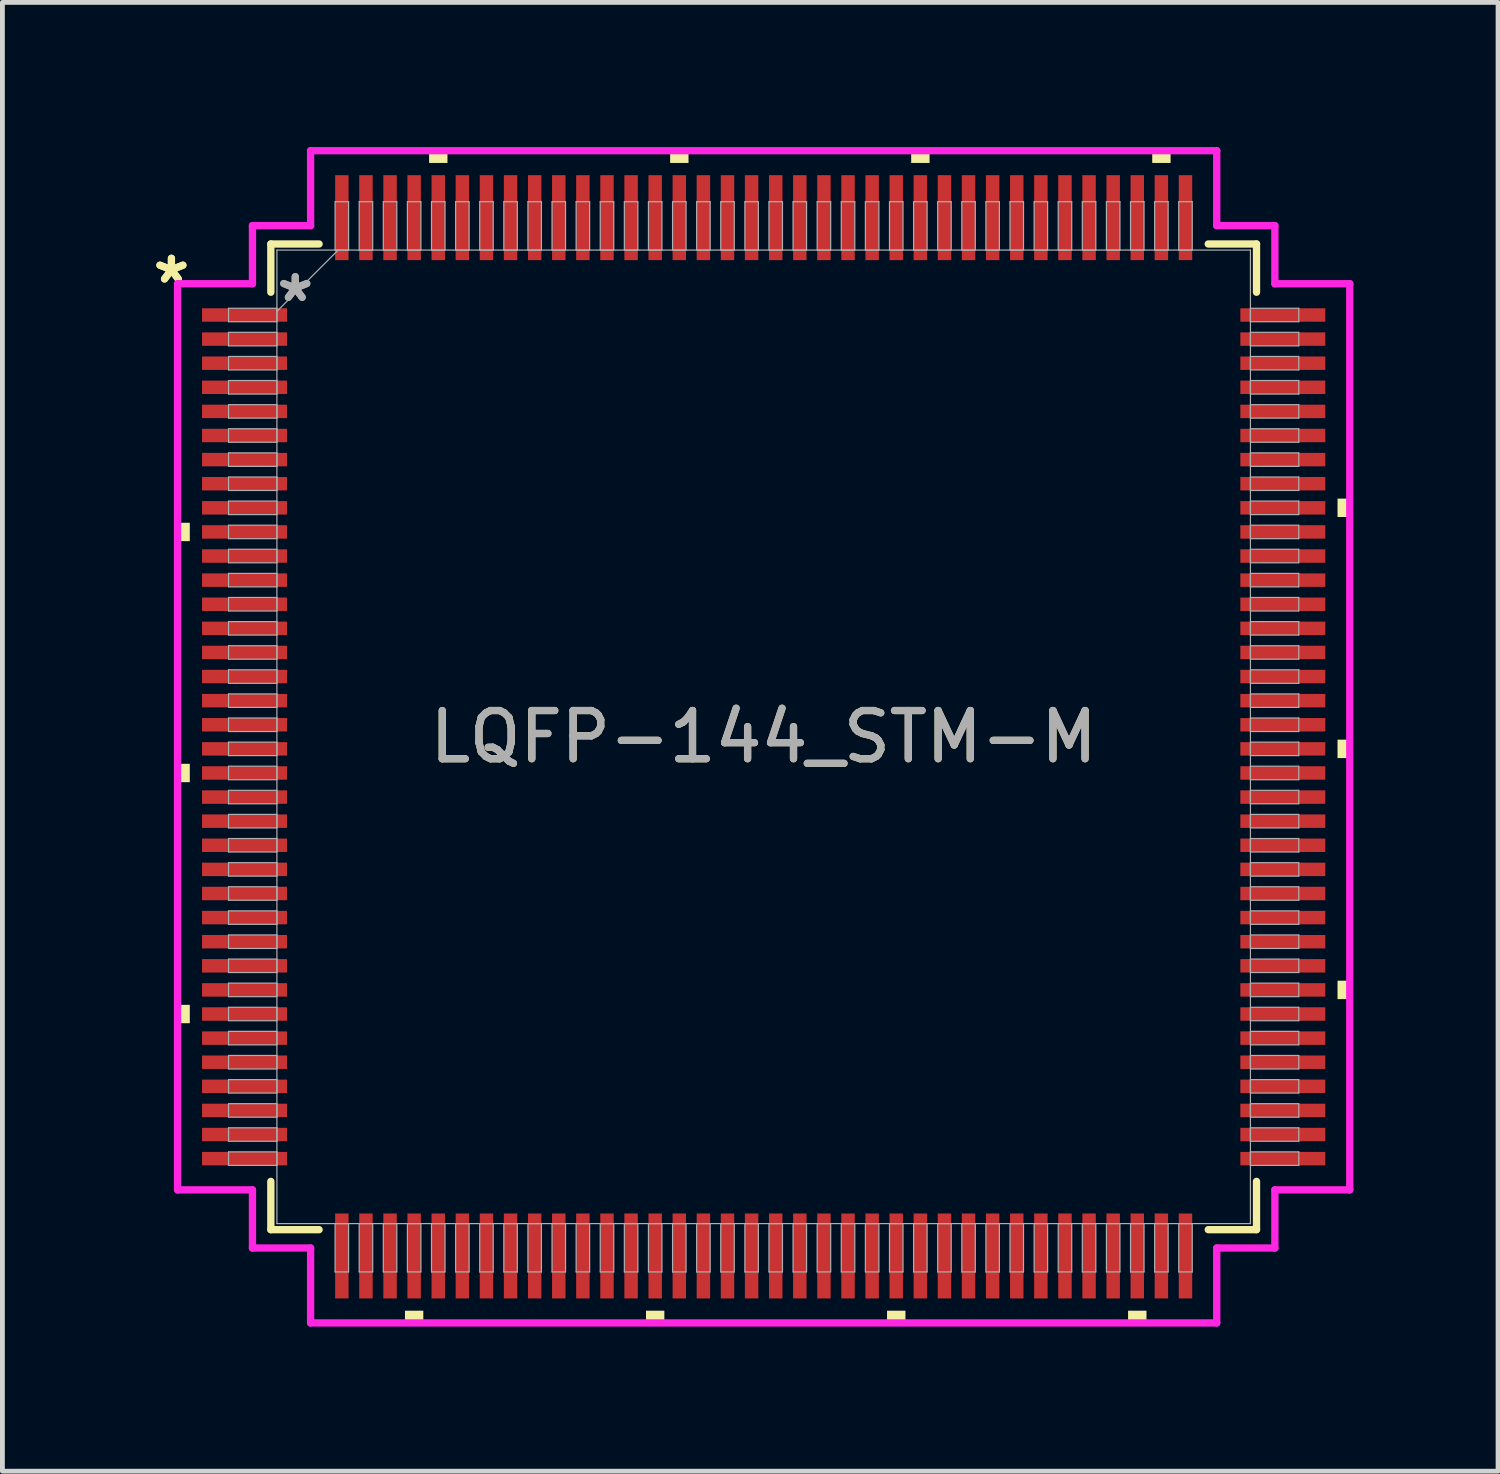
<source format=kicad_pcb>
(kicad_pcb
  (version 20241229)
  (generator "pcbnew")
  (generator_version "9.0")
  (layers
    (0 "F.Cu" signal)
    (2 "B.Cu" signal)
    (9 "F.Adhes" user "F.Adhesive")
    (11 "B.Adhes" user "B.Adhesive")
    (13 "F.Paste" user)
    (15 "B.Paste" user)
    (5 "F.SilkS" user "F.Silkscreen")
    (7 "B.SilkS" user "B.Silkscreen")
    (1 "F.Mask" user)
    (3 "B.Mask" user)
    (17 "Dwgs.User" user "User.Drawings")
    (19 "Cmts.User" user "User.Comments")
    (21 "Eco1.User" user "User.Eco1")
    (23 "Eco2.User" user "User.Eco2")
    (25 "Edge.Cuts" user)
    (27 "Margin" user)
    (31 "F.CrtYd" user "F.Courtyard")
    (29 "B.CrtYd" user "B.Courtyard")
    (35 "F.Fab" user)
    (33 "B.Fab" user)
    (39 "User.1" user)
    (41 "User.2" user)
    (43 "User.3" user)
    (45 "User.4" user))
  (footprint "LQFP-144_STM-M"
    (layer "F.Cu")
    (at 12.791 12.234)
    (property "Reference" "LQFP-144_STM-M" (at 0 0 0) (unlocked yes) (layer "F.SilkS") (effects (font (size 1 1) (thickness 0.15))))
    (attr smd)
    (fp_line (start -10.223 -10.223) (end -10.223 -9.222) (stroke (width 0.152) (type solid)) (layer "F.SilkS"))
    (fp_line (start -10.223 9.222) (end -10.223 10.223) (stroke (width 0.152) (type solid)) (layer "F.SilkS"))
    (fp_line (start -10.223 10.223) (end -9.222 10.223) (stroke (width 0.152) (type solid)) (layer "F.SilkS"))
    (fp_line (start -9.222 -10.223) (end -10.223 -10.223) (stroke (width 0.152) (type solid)) (layer "F.SilkS"))
    (fp_line (start 9.222 10.223) (end 10.223 10.223) (stroke (width 0.152) (type solid)) (layer "F.SilkS"))
    (fp_line (start 10.223 -10.223) (end 9.222 -10.223) (stroke (width 0.152) (type solid)) (layer "F.SilkS"))
    (fp_line (start 10.223 -9.222) (end 10.223 -10.223) (stroke (width 0.152) (type solid)) (layer "F.SilkS"))
    (fp_line (start 10.223 10.223) (end 10.223 9.222) (stroke (width 0.152) (type solid)) (layer "F.SilkS"))
    (fp_poly (pts (xy -12.158 -4.44) (xy -12.158 -4.059) (xy -11.904 -4.059) (xy -11.904 -4.44)) (stroke (width 0) (type solid)) (fill yes) (layer "F.SilkS"))
    (fp_poly (pts (xy -12.158 0.56) (xy -12.158 0.941) (xy -11.904 0.941) (xy -11.904 0.56)) (stroke (width 0) (type solid)) (fill yes) (layer "F.SilkS"))
    (fp_poly (pts (xy -12.158 5.56) (xy -12.158 5.941) (xy -11.904 5.941) (xy -11.904 5.56)) (stroke (width 0) (type solid)) (fill yes) (layer "F.SilkS"))
    (fp_poly (pts (xy -7.441 11.904) (xy -7.441 12.158) (xy -7.06 12.158) (xy -7.06 11.904)) (stroke (width 0) (type solid)) (fill yes) (layer "F.SilkS"))
    (fp_poly (pts (xy -6.94 -11.904) (xy -6.94 -12.158) (xy -6.559 -12.158) (xy -6.559 -11.904)) (stroke (width 0) (type solid)) (fill yes) (layer "F.SilkS"))
    (fp_poly (pts (xy -2.441 11.904) (xy -2.441 12.158) (xy -2.06 12.158) (xy -2.06 11.904)) (stroke (width 0) (type solid)) (fill yes) (layer "F.SilkS"))
    (fp_poly (pts (xy -1.94 -11.904) (xy -1.94 -12.158) (xy -1.559 -12.158) (xy -1.559 -11.904)) (stroke (width 0) (type solid)) (fill yes) (layer "F.SilkS"))
    (fp_poly (pts (xy 2.559 11.904) (xy 2.559 12.158) (xy 2.941 12.158) (xy 2.941 11.904)) (stroke (width 0) (type solid)) (fill yes) (layer "F.SilkS"))
    (fp_poly (pts (xy 3.06 -11.904) (xy 3.06 -12.158) (xy 3.441 -12.158) (xy 3.441 -11.904)) (stroke (width 0) (type solid)) (fill yes) (layer "F.SilkS"))
    (fp_poly (pts (xy 7.559 11.904) (xy 7.559 12.158) (xy 7.941 12.158) (xy 7.941 11.904)) (stroke (width 0) (type solid)) (fill yes) (layer "F.SilkS"))
    (fp_poly (pts (xy 8.06 -11.904) (xy 8.06 -12.158) (xy 8.441 -12.158) (xy 8.441 -11.904)) (stroke (width 0) (type solid)) (fill yes) (layer "F.SilkS"))
    (fp_poly (pts (xy 12.158 -4.941) (xy 12.158 -4.56) (xy 11.904 -4.56) (xy 11.904 -4.941)) (stroke (width 0) (type solid)) (fill yes) (layer "F.SilkS"))
    (fp_poly (pts (xy 12.158 0.059) (xy 12.158 0.441) (xy 11.904 0.441) (xy 11.904 0.059)) (stroke (width 0) (type solid)) (fill yes) (layer "F.SilkS"))
    (fp_poly (pts (xy 12.158 5.059) (xy 12.158 5.441) (xy 11.904 5.441) (xy 11.904 5.059)) (stroke (width 0) (type solid)) (fill yes) (layer "F.SilkS"))
    (fp_line (start -12.158 -9.398) (end -10.604 -9.398) (stroke (width 0.152) (type solid)) (layer "F.CrtYd"))
    (fp_line (start -12.158 9.398) (end -12.158 -9.398) (stroke (width 0.152) (type solid)) (layer "F.CrtYd"))
    (fp_line (start -10.604 -10.604) (end -9.398 -10.604) (stroke (width 0.152) (type solid)) (layer "F.CrtYd"))
    (fp_line (start -10.604 -9.398) (end -10.604 -10.604) (stroke (width 0.152) (type solid)) (layer "F.CrtYd"))
    (fp_line (start -10.604 9.398) (end -12.158 9.398) (stroke (width 0.152) (type solid)) (layer "F.CrtYd"))
    (fp_line (start -10.604 10.604) (end -10.604 9.398) (stroke (width 0.152) (type solid)) (layer "F.CrtYd"))
    (fp_line (start -10.604 10.604) (end -9.398 10.604) (stroke (width 0.152) (type solid)) (layer "F.CrtYd"))
    (fp_line (start -9.398 -12.158) (end 9.398 -12.158) (stroke (width 0.152) (type solid)) (layer "F.CrtYd"))
    (fp_line (start -9.398 -10.604) (end -9.398 -12.158) (stroke (width 0.152) (type solid)) (layer "F.CrtYd"))
    (fp_line (start -9.398 10.604) (end -9.398 12.158) (stroke (width 0.152) (type solid)) (layer "F.CrtYd"))
    (fp_line (start -9.398 12.158) (end 9.398 12.158) (stroke (width 0.152) (type solid)) (layer "F.CrtYd"))
    (fp_line (start 9.398 -12.158) (end 9.398 -10.604) (stroke (width 0.152) (type solid)) (layer "F.CrtYd"))
    (fp_line (start 9.398 -10.604) (end 10.604 -10.604) (stroke (width 0.152) (type solid)) (layer "F.CrtYd"))
    (fp_line (start 9.398 10.604) (end 10.604 10.604) (stroke (width 0.152) (type solid)) (layer "F.CrtYd"))
    (fp_line (start 9.398 12.158) (end 9.398 10.604) (stroke (width 0.152) (type solid)) (layer "F.CrtYd"))
    (fp_line (start 10.604 -9.398) (end 10.604 -10.604) (stroke (width 0.152) (type solid)) (layer "F.CrtYd"))
    (fp_line (start 10.604 9.398) (end 12.158 9.398) (stroke (width 0.152) (type solid)) (layer "F.CrtYd"))
    (fp_line (start 10.604 10.604) (end 10.604 9.398) (stroke (width 0.152) (type solid)) (layer "F.CrtYd"))
    (fp_line (start 12.158 -9.398) (end 10.604 -9.398) (stroke (width 0.152) (type solid)) (layer "F.CrtYd"))
    (fp_line (start 12.158 9.398) (end 12.158 -9.398) (stroke (width 0.152) (type solid)) (layer "F.CrtYd"))
    (fp_line (start -11.1 -8.89) (end -11.1 -8.61) (stroke (width 0.025) (type solid)) (layer "F.Fab"))
    (fp_line (start -11.1 -8.61) (end -10.097 -8.61) (stroke (width 0.025) (type solid)) (layer "F.Fab"))
    (fp_line (start -11.1 -8.39) (end -11.1 -8.11) (stroke (width 0.025) (type solid)) (layer "F.Fab"))
    (fp_line (start -11.1 -8.11) (end -10.097 -8.11) (stroke (width 0.025) (type solid)) (layer "F.Fab"))
    (fp_line (start -11.1 -7.89) (end -11.1 -7.61) (stroke (width 0.025) (type solid)) (layer "F.Fab"))
    (fp_line (start -11.1 -7.61) (end -10.097 -7.61) (stroke (width 0.025) (type solid)) (layer "F.Fab"))
    (fp_line (start -11.1 -7.39) (end -11.1 -7.11) (stroke (width 0.025) (type solid)) (layer "F.Fab"))
    (fp_line (start -11.1 -7.11) (end -10.097 -7.11) (stroke (width 0.025) (type solid)) (layer "F.Fab"))
    (fp_line (start -11.1 -6.89) (end -11.1 -6.61) (stroke (width 0.025) (type solid)) (layer "F.Fab"))
    (fp_line (start -11.1 -6.61) (end -10.097 -6.61) (stroke (width 0.025) (type solid)) (layer "F.Fab"))
    (fp_line (start -11.1 -6.39) (end -11.1 -6.11) (stroke (width 0.025) (type solid)) (layer "F.Fab"))
    (fp_line (start -11.1 -6.11) (end -10.097 -6.11) (stroke (width 0.025) (type solid)) (layer "F.Fab"))
    (fp_line (start -11.1 -5.89) (end -11.1 -5.61) (stroke (width 0.025) (type solid)) (layer "F.Fab"))
    (fp_line (start -11.1 -5.61) (end -10.097 -5.61) (stroke (width 0.025) (type solid)) (layer "F.Fab"))
    (fp_line (start -11.1 -5.39) (end -11.1 -5.11) (stroke (width 0.025) (type solid)) (layer "F.Fab"))
    (fp_line (start -11.1 -5.11) (end -10.097 -5.11) (stroke (width 0.025) (type solid)) (layer "F.Fab"))
    (fp_line (start -11.1 -4.89) (end -11.1 -4.61) (stroke (width 0.025) (type solid)) (layer "F.Fab"))
    (fp_line (start -11.1 -4.61) (end -10.097 -4.61) (stroke (width 0.025) (type solid)) (layer "F.Fab"))
    (fp_line (start -11.1 -4.39) (end -11.1 -4.11) (stroke (width 0.025) (type solid)) (layer "F.Fab"))
    (fp_line (start -11.1 -4.11) (end -10.097 -4.11) (stroke (width 0.025) (type solid)) (layer "F.Fab"))
    (fp_line (start -11.1 -3.89) (end -11.1 -3.61) (stroke (width 0.025) (type solid)) (layer "F.Fab"))
    (fp_line (start -11.1 -3.61) (end -10.097 -3.61) (stroke (width 0.025) (type solid)) (layer "F.Fab"))
    (fp_line (start -11.1 -3.39) (end -11.1 -3.11) (stroke (width 0.025) (type solid)) (layer "F.Fab"))
    (fp_line (start -11.1 -3.11) (end -10.097 -3.11) (stroke (width 0.025) (type solid)) (layer "F.Fab"))
    (fp_line (start -11.1 -2.89) (end -11.1 -2.61) (stroke (width 0.025) (type solid)) (layer "F.Fab"))
    (fp_line (start -11.1 -2.61) (end -10.097 -2.61) (stroke (width 0.025) (type solid)) (layer "F.Fab"))
    (fp_line (start -11.1 -2.39) (end -11.1 -2.11) (stroke (width 0.025) (type solid)) (layer "F.Fab"))
    (fp_line (start -11.1 -2.11) (end -10.097 -2.11) (stroke (width 0.025) (type solid)) (layer "F.Fab"))
    (fp_line (start -11.1 -1.89) (end -11.1 -1.61) (stroke (width 0.025) (type solid)) (layer "F.Fab"))
    (fp_line (start -11.1 -1.61) (end -10.097 -1.61) (stroke (width 0.025) (type solid)) (layer "F.Fab"))
    (fp_line (start -11.1 -1.39) (end -11.1 -1.11) (stroke (width 0.025) (type solid)) (layer "F.Fab"))
    (fp_line (start -11.1 -1.11) (end -10.097 -1.11) (stroke (width 0.025) (type solid)) (layer "F.Fab"))
    (fp_line (start -11.1 -0.89) (end -11.1 -0.61) (stroke (width 0.025) (type solid)) (layer "F.Fab"))
    (fp_line (start -11.1 -0.61) (end -10.097 -0.61) (stroke (width 0.025) (type solid)) (layer "F.Fab"))
    (fp_line (start -11.1 -0.39) (end -11.1 -0.11) (stroke (width 0.025) (type solid)) (layer "F.Fab"))
    (fp_line (start -11.1 -0.11) (end -10.097 -0.11) (stroke (width 0.025) (type solid)) (layer "F.Fab"))
    (fp_line (start -11.1 0.11) (end -11.1 0.39) (stroke (width 0.025) (type solid)) (layer "F.Fab"))
    (fp_line (start -11.1 0.39) (end -10.097 0.39) (stroke (width 0.025) (type solid)) (layer "F.Fab"))
    (fp_line (start -11.1 0.61) (end -11.1 0.89) (stroke (width 0.025) (type solid)) (layer "F.Fab"))
    (fp_line (start -11.1 0.89) (end -10.097 0.89) (stroke (width 0.025) (type solid)) (layer "F.Fab"))
    (fp_line (start -11.1 1.11) (end -11.1 1.39) (stroke (width 0.025) (type solid)) (layer "F.Fab"))
    (fp_line (start -11.1 1.39) (end -10.097 1.39) (stroke (width 0.025) (type solid)) (layer "F.Fab"))
    (fp_line (start -11.1 1.61) (end -11.1 1.89) (stroke (width 0.025) (type solid)) (layer "F.Fab"))
    (fp_line (start -11.1 1.89) (end -10.097 1.89) (stroke (width 0.025) (type solid)) (layer "F.Fab"))
    (fp_line (start -11.1 2.11) (end -11.1 2.39) (stroke (width 0.025) (type solid)) (layer "F.Fab"))
    (fp_line (start -11.1 2.39) (end -10.097 2.39) (stroke (width 0.025) (type solid)) (layer "F.Fab"))
    (fp_line (start -11.1 2.61) (end -11.1 2.89) (stroke (width 0.025) (type solid)) (layer "F.Fab"))
    (fp_line (start -11.1 2.89) (end -10.097 2.89) (stroke (width 0.025) (type solid)) (layer "F.Fab"))
    (fp_line (start -11.1 3.11) (end -11.1 3.39) (stroke (width 0.025) (type solid)) (layer "F.Fab"))
    (fp_line (start -11.1 3.39) (end -10.097 3.39) (stroke (width 0.025) (type solid)) (layer "F.Fab"))
    (fp_line (start -11.1 3.61) (end -11.1 3.89) (stroke (width 0.025) (type solid)) (layer "F.Fab"))
    (fp_line (start -11.1 3.89) (end -10.097 3.89) (stroke (width 0.025) (type solid)) (layer "F.Fab"))
    (fp_line (start -11.1 4.11) (end -11.1 4.39) (stroke (width 0.025) (type solid)) (layer "F.Fab"))
    (fp_line (start -11.1 4.39) (end -10.097 4.39) (stroke (width 0.025) (type solid)) (layer "F.Fab"))
    (fp_line (start -11.1 4.61) (end -11.1 4.89) (stroke (width 0.025) (type solid)) (layer "F.Fab"))
    (fp_line (start -11.1 4.89) (end -10.097 4.89) (stroke (width 0.025) (type solid)) (layer "F.Fab"))
    (fp_line (start -11.1 5.11) (end -11.1 5.39) (stroke (width 0.025) (type solid)) (layer "F.Fab"))
    (fp_line (start -11.1 5.39) (end -10.097 5.39) (stroke (width 0.025) (type solid)) (layer "F.Fab"))
    (fp_line (start -11.1 5.61) (end -11.1 5.89) (stroke (width 0.025) (type solid)) (layer "F.Fab"))
    (fp_line (start -11.1 5.89) (end -10.097 5.89) (stroke (width 0.025) (type solid)) (layer "F.Fab"))
    (fp_line (start -11.1 6.11) (end -11.1 6.39) (stroke (width 0.025) (type solid)) (layer "F.Fab"))
    (fp_line (start -11.1 6.39) (end -10.097 6.39) (stroke (width 0.025) (type solid)) (layer "F.Fab"))
    (fp_line (start -11.1 6.61) (end -11.1 6.89) (stroke (width 0.025) (type solid)) (layer "F.Fab"))
    (fp_line (start -11.1 6.89) (end -10.097 6.89) (stroke (width 0.025) (type solid)) (layer "F.Fab"))
    (fp_line (start -11.1 7.11) (end -11.1 7.39) (stroke (width 0.025) (type solid)) (layer "F.Fab"))
    (fp_line (start -11.1 7.39) (end -10.097 7.39) (stroke (width 0.025) (type solid)) (layer "F.Fab"))
    (fp_line (start -11.1 7.61) (end -11.1 7.89) (stroke (width 0.025) (type solid)) (layer "F.Fab"))
    (fp_line (start -11.1 7.89) (end -10.097 7.89) (stroke (width 0.025) (type solid)) (layer "F.Fab"))
    (fp_line (start -11.1 8.11) (end -11.1 8.39) (stroke (width 0.025) (type solid)) (layer "F.Fab"))
    (fp_line (start -11.1 8.39) (end -10.097 8.39) (stroke (width 0.025) (type solid)) (layer "F.Fab"))
    (fp_line (start -11.1 8.61) (end -11.1 8.89) (stroke (width 0.025) (type solid)) (layer "F.Fab"))
    (fp_line (start -11.1 8.89) (end -10.097 8.89) (stroke (width 0.025) (type solid)) (layer "F.Fab"))
    (fp_line (start -10.097 -10.097) (end -10.097 10.097) (stroke (width 0.025) (type solid)) (layer "F.Fab"))
    (fp_line (start -10.097 -8.89) (end -11.1 -8.89) (stroke (width 0.025) (type solid)) (layer "F.Fab"))
    (fp_line (start -10.097 -8.826) (end -8.826 -10.097) (stroke (width 0.025) (type solid)) (layer "F.Fab"))
    (fp_line (start -10.097 -8.61) (end -10.097 -8.89) (stroke (width 0.025) (type solid)) (layer "F.Fab"))
    (fp_line (start -10.097 -8.39) (end -11.1 -8.39) (stroke (width 0.025) (type solid)) (layer "F.Fab"))
    (fp_line (start -10.097 -8.11) (end -10.097 -8.39) (stroke (width 0.025) (type solid)) (layer "F.Fab"))
    (fp_line (start -10.097 -7.89) (end -11.1 -7.89) (stroke (width 0.025) (type solid)) (layer "F.Fab"))
    (fp_line (start -10.097 -7.61) (end -10.097 -7.89) (stroke (width 0.025) (type solid)) (layer "F.Fab"))
    (fp_line (start -10.097 -7.39) (end -11.1 -7.39) (stroke (width 0.025) (type solid)) (layer "F.Fab"))
    (fp_line (start -10.097 -7.11) (end -10.097 -7.39) (stroke (width 0.025) (type solid)) (layer "F.Fab"))
    (fp_line (start -10.097 -6.89) (end -11.1 -6.89) (stroke (width 0.025) (type solid)) (layer "F.Fab"))
    (fp_line (start -10.097 -6.61) (end -10.097 -6.89) (stroke (width 0.025) (type solid)) (layer "F.Fab"))
    (fp_line (start -10.097 -6.39) (end -11.1 -6.39) (stroke (width 0.025) (type solid)) (layer "F.Fab"))
    (fp_line (start -10.097 -6.11) (end -10.097 -6.39) (stroke (width 0.025) (type solid)) (layer "F.Fab"))
    (fp_line (start -10.097 -5.89) (end -11.1 -5.89) (stroke (width 0.025) (type solid)) (layer "F.Fab"))
    (fp_line (start -10.097 -5.61) (end -10.097 -5.89) (stroke (width 0.025) (type solid)) (layer "F.Fab"))
    (fp_line (start -10.097 -5.39) (end -11.1 -5.39) (stroke (width 0.025) (type solid)) (layer "F.Fab"))
    (fp_line (start -10.097 -5.11) (end -10.097 -5.39) (stroke (width 0.025) (type solid)) (layer "F.Fab"))
    (fp_line (start -10.097 -4.89) (end -11.1 -4.89) (stroke (width 0.025) (type solid)) (layer "F.Fab"))
    (fp_line (start -10.097 -4.61) (end -10.097 -4.89) (stroke (width 0.025) (type solid)) (layer "F.Fab"))
    (fp_line (start -10.097 -4.39) (end -11.1 -4.39) (stroke (width 0.025) (type solid)) (layer "F.Fab"))
    (fp_line (start -10.097 -4.11) (end -10.097 -4.39) (stroke (width 0.025) (type solid)) (layer "F.Fab"))
    (fp_line (start -10.097 -3.89) (end -11.1 -3.89) (stroke (width 0.025) (type solid)) (layer "F.Fab"))
    (fp_line (start -10.097 -3.61) (end -10.097 -3.89) (stroke (width 0.025) (type solid)) (layer "F.Fab"))
    (fp_line (start -10.097 -3.39) (end -11.1 -3.39) (stroke (width 0.025) (type solid)) (layer "F.Fab"))
    (fp_line (start -10.097 -3.11) (end -10.097 -3.39) (stroke (width 0.025) (type solid)) (layer "F.Fab"))
    (fp_line (start -10.097 -2.89) (end -11.1 -2.89) (stroke (width 0.025) (type solid)) (layer "F.Fab"))
    (fp_line (start -10.097 -2.61) (end -10.097 -2.89) (stroke (width 0.025) (type solid)) (layer "F.Fab"))
    (fp_line (start -10.097 -2.39) (end -11.1 -2.39) (stroke (width 0.025) (type solid)) (layer "F.Fab"))
    (fp_line (start -10.097 -2.11) (end -10.097 -2.39) (stroke (width 0.025) (type solid)) (layer "F.Fab"))
    (fp_line (start -10.097 -1.89) (end -11.1 -1.89) (stroke (width 0.025) (type solid)) (layer "F.Fab"))
    (fp_line (start -10.097 -1.61) (end -10.097 -1.89) (stroke (width 0.025) (type solid)) (layer "F.Fab"))
    (fp_line (start -10.097 -1.39) (end -11.1 -1.39) (stroke (width 0.025) (type solid)) (layer "F.Fab"))
    (fp_line (start -10.097 -1.11) (end -10.097 -1.39) (stroke (width 0.025) (type solid)) (layer "F.Fab"))
    (fp_line (start -10.097 -0.89) (end -11.1 -0.89) (stroke (width 0.025) (type solid)) (layer "F.Fab"))
    (fp_line (start -10.097 -0.61) (end -10.097 -0.89) (stroke (width 0.025) (type solid)) (layer "F.Fab"))
    (fp_line (start -10.097 -0.39) (end -11.1 -0.39) (stroke (width 0.025) (type solid)) (layer "F.Fab"))
    (fp_line (start -10.097 -0.11) (end -10.097 -0.39) (stroke (width 0.025) (type solid)) (layer "F.Fab"))
    (fp_line (start -10.097 0.11) (end -11.1 0.11) (stroke (width 0.025) (type solid)) (layer "F.Fab"))
    (fp_line (start -10.097 0.39) (end -10.097 0.11) (stroke (width 0.025) (type solid)) (layer "F.Fab"))
    (fp_line (start -10.097 0.61) (end -11.1 0.61) (stroke (width 0.025) (type solid)) (layer "F.Fab"))
    (fp_line (start -10.097 0.89) (end -10.097 0.61) (stroke (width 0.025) (type solid)) (layer "F.Fab"))
    (fp_line (start -10.097 1.11) (end -11.1 1.11) (stroke (width 0.025) (type solid)) (layer "F.Fab"))
    (fp_line (start -10.097 1.39) (end -10.097 1.11) (stroke (width 0.025) (type solid)) (layer "F.Fab"))
    (fp_line (start -10.097 1.61) (end -11.1 1.61) (stroke (width 0.025) (type solid)) (layer "F.Fab"))
    (fp_line (start -10.097 1.89) (end -10.097 1.61) (stroke (width 0.025) (type solid)) (layer "F.Fab"))
    (fp_line (start -10.097 2.11) (end -11.1 2.11) (stroke (width 0.025) (type solid)) (layer "F.Fab"))
    (fp_line (start -10.097 2.39) (end -10.097 2.11) (stroke (width 0.025) (type solid)) (layer "F.Fab"))
    (fp_line (start -10.097 2.61) (end -11.1 2.61) (stroke (width 0.025) (type solid)) (layer "F.Fab"))
    (fp_line (start -10.097 2.89) (end -10.097 2.61) (stroke (width 0.025) (type solid)) (layer "F.Fab"))
    (fp_line (start -10.097 3.11) (end -11.1 3.11) (stroke (width 0.025) (type solid)) (layer "F.Fab"))
    (fp_line (start -10.097 3.39) (end -10.097 3.11) (stroke (width 0.025) (type solid)) (layer "F.Fab"))
    (fp_line (start -10.097 3.61) (end -11.1 3.61) (stroke (width 0.025) (type solid)) (layer "F.Fab"))
    (fp_line (start -10.097 3.89) (end -10.097 3.61) (stroke (width 0.025) (type solid)) (layer "F.Fab"))
    (fp_line (start -10.097 4.11) (end -11.1 4.11) (stroke (width 0.025) (type solid)) (layer "F.Fab"))
    (fp_line (start -10.097 4.39) (end -10.097 4.11) (stroke (width 0.025) (type solid)) (layer "F.Fab"))
    (fp_line (start -10.097 4.61) (end -11.1 4.61) (stroke (width 0.025) (type solid)) (layer "F.Fab"))
    (fp_line (start -10.097 4.89) (end -10.097 4.61) (stroke (width 0.025) (type solid)) (layer "F.Fab"))
    (fp_line (start -10.097 5.11) (end -11.1 5.11) (stroke (width 0.025) (type solid)) (layer "F.Fab"))
    (fp_line (start -10.097 5.39) (end -10.097 5.11) (stroke (width 0.025) (type solid)) (layer "F.Fab"))
    (fp_line (start -10.097 5.61) (end -11.1 5.61) (stroke (width 0.025) (type solid)) (layer "F.Fab"))
    (fp_line (start -10.097 5.89) (end -10.097 5.61) (stroke (width 0.025) (type solid)) (layer "F.Fab"))
    (fp_line (start -10.097 6.11) (end -11.1 6.11) (stroke (width 0.025) (type solid)) (layer "F.Fab"))
    (fp_line (start -10.097 6.39) (end -10.097 6.11) (stroke (width 0.025) (type solid)) (layer "F.Fab"))
    (fp_line (start -10.097 6.61) (end -11.1 6.61) (stroke (width 0.025) (type solid)) (layer "F.Fab"))
    (fp_line (start -10.097 6.89) (end -10.097 6.61) (stroke (width 0.025) (type solid)) (layer "F.Fab"))
    (fp_line (start -10.097 7.11) (end -11.1 7.11) (stroke (width 0.025) (type solid)) (layer "F.Fab"))
    (fp_line (start -10.097 7.39) (end -10.097 7.11) (stroke (width 0.025) (type solid)) (layer "F.Fab"))
    (fp_line (start -10.097 7.61) (end -11.1 7.61) (stroke (width 0.025) (type solid)) (layer "F.Fab"))
    (fp_line (start -10.097 7.89) (end -10.097 7.61) (stroke (width 0.025) (type solid)) (layer "F.Fab"))
    (fp_line (start -10.097 8.11) (end -11.1 8.11) (stroke (width 0.025) (type solid)) (layer "F.Fab"))
    (fp_line (start -10.097 8.39) (end -10.097 8.11) (stroke (width 0.025) (type solid)) (layer "F.Fab"))
    (fp_line (start -10.097 8.61) (end -11.1 8.61) (stroke (width 0.025) (type solid)) (layer "F.Fab"))
    (fp_line (start -10.097 8.89) (end -10.097 8.61) (stroke (width 0.025) (type solid)) (layer "F.Fab"))
    (fp_line (start -10.097 10.097) (end 10.097 10.097) (stroke (width 0.025) (type solid)) (layer "F.Fab"))
    (fp_line (start -8.89 -11.1) (end -8.89 -10.097) (stroke (width 0.025) (type solid)) (layer "F.Fab"))
    (fp_line (start -8.89 -10.097) (end -8.61 -10.097) (stroke (width 0.025) (type solid)) (layer "F.Fab"))
    (fp_line (start -8.89 10.097) (end -8.89 11.1) (stroke (width 0.025) (type solid)) (layer "F.Fab"))
    (fp_line (start -8.89 11.1) (end -8.61 11.1) (stroke (width 0.025) (type solid)) (layer "F.Fab"))
    (fp_line (start -8.61 -11.1) (end -8.89 -11.1) (stroke (width 0.025) (type solid)) (layer "F.Fab"))
    (fp_line (start -8.61 -10.097) (end -8.61 -11.1) (stroke (width 0.025) (type solid)) (layer "F.Fab"))
    (fp_line (start -8.61 10.097) (end -8.89 10.097) (stroke (width 0.025) (type solid)) (layer "F.Fab"))
    (fp_line (start -8.61 11.1) (end -8.61 10.097) (stroke (width 0.025) (type solid)) (layer "F.Fab"))
    (fp_line (start -8.39 -11.1) (end -8.39 -10.097) (stroke (width 0.025) (type solid)) (layer "F.Fab"))
    (fp_line (start -8.39 -10.097) (end -8.11 -10.097) (stroke (width 0.025) (type solid)) (layer "F.Fab"))
    (fp_line (start -8.39 10.097) (end -8.39 11.1) (stroke (width 0.025) (type solid)) (layer "F.Fab"))
    (fp_line (start -8.39 11.1) (end -8.11 11.1) (stroke (width 0.025) (type solid)) (layer "F.Fab"))
    (fp_line (start -8.11 -11.1) (end -8.39 -11.1) (stroke (width 0.025) (type solid)) (layer "F.Fab"))
    (fp_line (start -8.11 -10.097) (end -8.11 -11.1) (stroke (width 0.025) (type solid)) (layer "F.Fab"))
    (fp_line (start -8.11 10.097) (end -8.39 10.097) (stroke (width 0.025) (type solid)) (layer "F.Fab"))
    (fp_line (start -8.11 11.1) (end -8.11 10.097) (stroke (width 0.025) (type solid)) (layer "F.Fab"))
    (fp_line (start -7.89 -11.1) (end -7.89 -10.097) (stroke (width 0.025) (type solid)) (layer "F.Fab"))
    (fp_line (start -7.89 -10.097) (end -7.61 -10.097) (stroke (width 0.025) (type solid)) (layer "F.Fab"))
    (fp_line (start -7.89 10.097) (end -7.89 11.1) (stroke (width 0.025) (type solid)) (layer "F.Fab"))
    (fp_line (start -7.89 11.1) (end -7.61 11.1) (stroke (width 0.025) (type solid)) (layer "F.Fab"))
    (fp_line (start -7.61 -11.1) (end -7.89 -11.1) (stroke (width 0.025) (type solid)) (layer "F.Fab"))
    (fp_line (start -7.61 -10.097) (end -7.61 -11.1) (stroke (width 0.025) (type solid)) (layer "F.Fab"))
    (fp_line (start -7.61 10.097) (end -7.89 10.097) (stroke (width 0.025) (type solid)) (layer "F.Fab"))
    (fp_line (start -7.61 11.1) (end -7.61 10.097) (stroke (width 0.025) (type solid)) (layer "F.Fab"))
    (fp_line (start -7.39 -11.1) (end -7.39 -10.097) (stroke (width 0.025) (type solid)) (layer "F.Fab"))
    (fp_line (start -7.39 -10.097) (end -7.11 -10.097) (stroke (width 0.025) (type solid)) (layer "F.Fab"))
    (fp_line (start -7.39 10.097) (end -7.39 11.1) (stroke (width 0.025) (type solid)) (layer "F.Fab"))
    (fp_line (start -7.39 11.1) (end -7.11 11.1) (stroke (width 0.025) (type solid)) (layer "F.Fab"))
    (fp_line (start -7.11 -11.1) (end -7.39 -11.1) (stroke (width 0.025) (type solid)) (layer "F.Fab"))
    (fp_line (start -7.11 -10.097) (end -7.11 -11.1) (stroke (width 0.025) (type solid)) (layer "F.Fab"))
    (fp_line (start -7.11 10.097) (end -7.39 10.097) (stroke (width 0.025) (type solid)) (layer "F.Fab"))
    (fp_line (start -7.11 11.1) (end -7.11 10.097) (stroke (width 0.025) (type solid)) (layer "F.Fab"))
    (fp_line (start -6.89 -11.1) (end -6.89 -10.097) (stroke (width 0.025) (type solid)) (layer "F.Fab"))
    (fp_line (start -6.89 -10.097) (end -6.61 -10.097) (stroke (width 0.025) (type solid)) (layer "F.Fab"))
    (fp_line (start -6.89 10.097) (end -6.89 11.1) (stroke (width 0.025) (type solid)) (layer "F.Fab"))
    (fp_line (start -6.89 11.1) (end -6.61 11.1) (stroke (width 0.025) (type solid)) (layer "F.Fab"))
    (fp_line (start -6.61 -11.1) (end -6.89 -11.1) (stroke (width 0.025) (type solid)) (layer "F.Fab"))
    (fp_line (start -6.61 -10.097) (end -6.61 -11.1) (stroke (width 0.025) (type solid)) (layer "F.Fab"))
    (fp_line (start -6.61 10.097) (end -6.89 10.097) (stroke (width 0.025) (type solid)) (layer "F.Fab"))
    (fp_line (start -6.61 11.1) (end -6.61 10.097) (stroke (width 0.025) (type solid)) (layer "F.Fab"))
    (fp_line (start -6.39 -11.1) (end -6.39 -10.097) (stroke (width 0.025) (type solid)) (layer "F.Fab"))
    (fp_line (start -6.39 -10.097) (end -6.11 -10.097) (stroke (width 0.025) (type solid)) (layer "F.Fab"))
    (fp_line (start -6.39 10.097) (end -6.39 11.1) (stroke (width 0.025) (type solid)) (layer "F.Fab"))
    (fp_line (start -6.39 11.1) (end -6.11 11.1) (stroke (width 0.025) (type solid)) (layer "F.Fab"))
    (fp_line (start -6.11 -11.1) (end -6.39 -11.1) (stroke (width 0.025) (type solid)) (layer "F.Fab"))
    (fp_line (start -6.11 -10.097) (end -6.11 -11.1) (stroke (width 0.025) (type solid)) (layer "F.Fab"))
    (fp_line (start -6.11 10.097) (end -6.39 10.097) (stroke (width 0.025) (type solid)) (layer "F.Fab"))
    (fp_line (start -6.11 11.1) (end -6.11 10.097) (stroke (width 0.025) (type solid)) (layer "F.Fab"))
    (fp_line (start -5.89 -11.1) (end -5.89 -10.097) (stroke (width 0.025) (type solid)) (layer "F.Fab"))
    (fp_line (start -5.89 -10.097) (end -5.61 -10.097) (stroke (width 0.025) (type solid)) (layer "F.Fab"))
    (fp_line (start -5.89 10.097) (end -5.89 11.1) (stroke (width 0.025) (type solid)) (layer "F.Fab"))
    (fp_line (start -5.89 11.1) (end -5.61 11.1) (stroke (width 0.025) (type solid)) (layer "F.Fab"))
    (fp_line (start -5.61 -11.1) (end -5.89 -11.1) (stroke (width 0.025) (type solid)) (layer "F.Fab"))
    (fp_line (start -5.61 -10.097) (end -5.61 -11.1) (stroke (width 0.025) (type solid)) (layer "F.Fab"))
    (fp_line (start -5.61 10.097) (end -5.89 10.097) (stroke (width 0.025) (type solid)) (layer "F.Fab"))
    (fp_line (start -5.61 11.1) (end -5.61 10.097) (stroke (width 0.025) (type solid)) (layer "F.Fab"))
    (fp_line (start -5.39 -11.1) (end -5.39 -10.097) (stroke (width 0.025) (type solid)) (layer "F.Fab"))
    (fp_line (start -5.39 -10.097) (end -5.11 -10.097) (stroke (width 0.025) (type solid)) (layer "F.Fab"))
    (fp_line (start -5.39 10.097) (end -5.39 11.1) (stroke (width 0.025) (type solid)) (layer "F.Fab"))
    (fp_line (start -5.39 11.1) (end -5.11 11.1) (stroke (width 0.025) (type solid)) (layer "F.Fab"))
    (fp_line (start -5.11 -11.1) (end -5.39 -11.1) (stroke (width 0.025) (type solid)) (layer "F.Fab"))
    (fp_line (start -5.11 -10.097) (end -5.11 -11.1) (stroke (width 0.025) (type solid)) (layer "F.Fab"))
    (fp_line (start -5.11 10.097) (end -5.39 10.097) (stroke (width 0.025) (type solid)) (layer "F.Fab"))
    (fp_line (start -5.11 11.1) (end -5.11 10.097) (stroke (width 0.025) (type solid)) (layer "F.Fab"))
    (fp_line (start -4.89 -11.1) (end -4.89 -10.097) (stroke (width 0.025) (type solid)) (layer "F.Fab"))
    (fp_line (start -4.89 -10.097) (end -4.61 -10.097) (stroke (width 0.025) (type solid)) (layer "F.Fab"))
    (fp_line (start -4.89 10.097) (end -4.89 11.1) (stroke (width 0.025) (type solid)) (layer "F.Fab"))
    (fp_line (start -4.89 11.1) (end -4.61 11.1) (stroke (width 0.025) (type solid)) (layer "F.Fab"))
    (fp_line (start -4.61 -11.1) (end -4.89 -11.1) (stroke (width 0.025) (type solid)) (layer "F.Fab"))
    (fp_line (start -4.61 -10.097) (end -4.61 -11.1) (stroke (width 0.025) (type solid)) (layer "F.Fab"))
    (fp_line (start -4.61 10.097) (end -4.89 10.097) (stroke (width 0.025) (type solid)) (layer "F.Fab"))
    (fp_line (start -4.61 11.1) (end -4.61 10.097) (stroke (width 0.025) (type solid)) (layer "F.Fab"))
    (fp_line (start -4.39 -11.1) (end -4.39 -10.097) (stroke (width 0.025) (type solid)) (layer "F.Fab"))
    (fp_line (start -4.39 -10.097) (end -4.11 -10.097) (stroke (width 0.025) (type solid)) (layer "F.Fab"))
    (fp_line (start -4.39 10.097) (end -4.39 11.1) (stroke (width 0.025) (type solid)) (layer "F.Fab"))
    (fp_line (start -4.39 11.1) (end -4.11 11.1) (stroke (width 0.025) (type solid)) (layer "F.Fab"))
    (fp_line (start -4.11 -11.1) (end -4.39 -11.1) (stroke (width 0.025) (type solid)) (layer "F.Fab"))
    (fp_line (start -4.11 -10.097) (end -4.11 -11.1) (stroke (width 0.025) (type solid)) (layer "F.Fab"))
    (fp_line (start -4.11 10.097) (end -4.39 10.097) (stroke (width 0.025) (type solid)) (layer "F.Fab"))
    (fp_line (start -4.11 11.1) (end -4.11 10.097) (stroke (width 0.025) (type solid)) (layer "F.Fab"))
    (fp_line (start -3.89 -11.1) (end -3.89 -10.097) (stroke (width 0.025) (type solid)) (layer "F.Fab"))
    (fp_line (start -3.89 -10.097) (end -3.61 -10.097) (stroke (width 0.025) (type solid)) (layer "F.Fab"))
    (fp_line (start -3.89 10.097) (end -3.89 11.1) (stroke (width 0.025) (type solid)) (layer "F.Fab"))
    (fp_line (start -3.89 11.1) (end -3.61 11.1) (stroke (width 0.025) (type solid)) (layer "F.Fab"))
    (fp_line (start -3.61 -11.1) (end -3.89 -11.1) (stroke (width 0.025) (type solid)) (layer "F.Fab"))
    (fp_line (start -3.61 -10.097) (end -3.61 -11.1) (stroke (width 0.025) (type solid)) (layer "F.Fab"))
    (fp_line (start -3.61 10.097) (end -3.89 10.097) (stroke (width 0.025) (type solid)) (layer "F.Fab"))
    (fp_line (start -3.61 11.1) (end -3.61 10.097) (stroke (width 0.025) (type solid)) (layer "F.Fab"))
    (fp_line (start -3.39 -11.1) (end -3.39 -10.097) (stroke (width 0.025) (type solid)) (layer "F.Fab"))
    (fp_line (start -3.39 -10.097) (end -3.11 -10.097) (stroke (width 0.025) (type solid)) (layer "F.Fab"))
    (fp_line (start -3.39 10.097) (end -3.39 11.1) (stroke (width 0.025) (type solid)) (layer "F.Fab"))
    (fp_line (start -3.39 11.1) (end -3.11 11.1) (stroke (width 0.025) (type solid)) (layer "F.Fab"))
    (fp_line (start -3.11 -11.1) (end -3.39 -11.1) (stroke (width 0.025) (type solid)) (layer "F.Fab"))
    (fp_line (start -3.11 -10.097) (end -3.11 -11.1) (stroke (width 0.025) (type solid)) (layer "F.Fab"))
    (fp_line (start -3.11 10.097) (end -3.39 10.097) (stroke (width 0.025) (type solid)) (layer "F.Fab"))
    (fp_line (start -3.11 11.1) (end -3.11 10.097) (stroke (width 0.025) (type solid)) (layer "F.Fab"))
    (fp_line (start -2.89 -11.1) (end -2.89 -10.097) (stroke (width 0.025) (type solid)) (layer "F.Fab"))
    (fp_line (start -2.89 -10.097) (end -2.61 -10.097) (stroke (width 0.025) (type solid)) (layer "F.Fab"))
    (fp_line (start -2.89 10.097) (end -2.89 11.1) (stroke (width 0.025) (type solid)) (layer "F.Fab"))
    (fp_line (start -2.89 11.1) (end -2.61 11.1) (stroke (width 0.025) (type solid)) (layer "F.Fab"))
    (fp_line (start -2.61 -11.1) (end -2.89 -11.1) (stroke (width 0.025) (type solid)) (layer "F.Fab"))
    (fp_line (start -2.61 -10.097) (end -2.61 -11.1) (stroke (width 0.025) (type solid)) (layer "F.Fab"))
    (fp_line (start -2.61 10.097) (end -2.89 10.097) (stroke (width 0.025) (type solid)) (layer "F.Fab"))
    (fp_line (start -2.61 11.1) (end -2.61 10.097) (stroke (width 0.025) (type solid)) (layer "F.Fab"))
    (fp_line (start -2.39 -11.1) (end -2.39 -10.097) (stroke (width 0.025) (type solid)) (layer "F.Fab"))
    (fp_line (start -2.39 -10.097) (end -2.11 -10.097) (stroke (width 0.025) (type solid)) (layer "F.Fab"))
    (fp_line (start -2.39 10.097) (end -2.39 11.1) (stroke (width 0.025) (type solid)) (layer "F.Fab"))
    (fp_line (start -2.39 11.1) (end -2.11 11.1) (stroke (width 0.025) (type solid)) (layer "F.Fab"))
    (fp_line (start -2.11 -11.1) (end -2.39 -11.1) (stroke (width 0.025) (type solid)) (layer "F.Fab"))
    (fp_line (start -2.11 -10.097) (end -2.11 -11.1) (stroke (width 0.025) (type solid)) (layer "F.Fab"))
    (fp_line (start -2.11 10.097) (end -2.39 10.097) (stroke (width 0.025) (type solid)) (layer "F.Fab"))
    (fp_line (start -2.11 11.1) (end -2.11 10.097) (stroke (width 0.025) (type solid)) (layer "F.Fab"))
    (fp_line (start -1.89 -11.1) (end -1.89 -10.097) (stroke (width 0.025) (type solid)) (layer "F.Fab"))
    (fp_line (start -1.89 -10.097) (end -1.61 -10.097) (stroke (width 0.025) (type solid)) (layer "F.Fab"))
    (fp_line (start -1.89 10.097) (end -1.89 11.1) (stroke (width 0.025) (type solid)) (layer "F.Fab"))
    (fp_line (start -1.89 11.1) (end -1.61 11.1) (stroke (width 0.025) (type solid)) (layer "F.Fab"))
    (fp_line (start -1.61 -11.1) (end -1.89 -11.1) (stroke (width 0.025) (type solid)) (layer "F.Fab"))
    (fp_line (start -1.61 -10.097) (end -1.61 -11.1) (stroke (width 0.025) (type solid)) (layer "F.Fab"))
    (fp_line (start -1.61 10.097) (end -1.89 10.097) (stroke (width 0.025) (type solid)) (layer "F.Fab"))
    (fp_line (start -1.61 11.1) (end -1.61 10.097) (stroke (width 0.025) (type solid)) (layer "F.Fab"))
    (fp_line (start -1.39 -11.1) (end -1.39 -10.097) (stroke (width 0.025) (type solid)) (layer "F.Fab"))
    (fp_line (start -1.39 -10.097) (end -1.11 -10.097) (stroke (width 0.025) (type solid)) (layer "F.Fab"))
    (fp_line (start -1.39 10.097) (end -1.39 11.1) (stroke (width 0.025) (type solid)) (layer "F.Fab"))
    (fp_line (start -1.39 11.1) (end -1.11 11.1) (stroke (width 0.025) (type solid)) (layer "F.Fab"))
    (fp_line (start -1.11 -11.1) (end -1.39 -11.1) (stroke (width 0.025) (type solid)) (layer "F.Fab"))
    (fp_line (start -1.11 -10.097) (end -1.11 -11.1) (stroke (width 0.025) (type solid)) (layer "F.Fab"))
    (fp_line (start -1.11 10.097) (end -1.39 10.097) (stroke (width 0.025) (type solid)) (layer "F.Fab"))
    (fp_line (start -1.11 11.1) (end -1.11 10.097) (stroke (width 0.025) (type solid)) (layer "F.Fab"))
    (fp_line (start -0.89 -11.1) (end -0.89 -10.097) (stroke (width 0.025) (type solid)) (layer "F.Fab"))
    (fp_line (start -0.89 -10.097) (end -0.61 -10.097) (stroke (width 0.025) (type solid)) (layer "F.Fab"))
    (fp_line (start -0.89 10.097) (end -0.89 11.1) (stroke (width 0.025) (type solid)) (layer "F.Fab"))
    (fp_line (start -0.89 11.1) (end -0.61 11.1) (stroke (width 0.025) (type solid)) (layer "F.Fab"))
    (fp_line (start -0.61 -11.1) (end -0.89 -11.1) (stroke (width 0.025) (type solid)) (layer "F.Fab"))
    (fp_line (start -0.61 -10.097) (end -0.61 -11.1) (stroke (width 0.025) (type solid)) (layer "F.Fab"))
    (fp_line (start -0.61 10.097) (end -0.89 10.097) (stroke (width 0.025) (type solid)) (layer "F.Fab"))
    (fp_line (start -0.61 11.1) (end -0.61 10.097) (stroke (width 0.025) (type solid)) (layer "F.Fab"))
    (fp_line (start -0.39 -11.1) (end -0.39 -10.097) (stroke (width 0.025) (type solid)) (layer "F.Fab"))
    (fp_line (start -0.39 -10.097) (end -0.11 -10.097) (stroke (width 0.025) (type solid)) (layer "F.Fab"))
    (fp_line (start -0.39 10.097) (end -0.39 11.1) (stroke (width 0.025) (type solid)) (layer "F.Fab"))
    (fp_line (start -0.39 11.1) (end -0.11 11.1) (stroke (width 0.025) (type solid)) (layer "F.Fab"))
    (fp_line (start -0.11 -11.1) (end -0.39 -11.1) (stroke (width 0.025) (type solid)) (layer "F.Fab"))
    (fp_line (start -0.11 -10.097) (end -0.11 -11.1) (stroke (width 0.025) (type solid)) (layer "F.Fab"))
    (fp_line (start -0.11 10.097) (end -0.39 10.097) (stroke (width 0.025) (type solid)) (layer "F.Fab"))
    (fp_line (start -0.11 11.1) (end -0.11 10.097) (stroke (width 0.025) (type solid)) (layer "F.Fab"))
    (fp_line (start 0.11 -11.1) (end 0.11 -10.097) (stroke (width 0.025) (type solid)) (layer "F.Fab"))
    (fp_line (start 0.11 -10.097) (end 0.39 -10.097) (stroke (width 0.025) (type solid)) (layer "F.Fab"))
    (fp_line (start 0.11 10.097) (end 0.11 11.1) (stroke (width 0.025) (type solid)) (layer "F.Fab"))
    (fp_line (start 0.11 11.1) (end 0.39 11.1) (stroke (width 0.025) (type solid)) (layer "F.Fab"))
    (fp_line (start 0.39 -11.1) (end 0.11 -11.1) (stroke (width 0.025) (type solid)) (layer "F.Fab"))
    (fp_line (start 0.39 -10.097) (end 0.39 -11.1) (stroke (width 0.025) (type solid)) (layer "F.Fab"))
    (fp_line (start 0.39 10.097) (end 0.11 10.097) (stroke (width 0.025) (type solid)) (layer "F.Fab"))
    (fp_line (start 0.39 11.1) (end 0.39 10.097) (stroke (width 0.025) (type solid)) (layer "F.Fab"))
    (fp_line (start 0.61 -11.1) (end 0.61 -10.097) (stroke (width 0.025) (type solid)) (layer "F.Fab"))
    (fp_line (start 0.61 -10.097) (end 0.89 -10.097) (stroke (width 0.025) (type solid)) (layer "F.Fab"))
    (fp_line (start 0.61 10.097) (end 0.61 11.1) (stroke (width 0.025) (type solid)) (layer "F.Fab"))
    (fp_line (start 0.61 11.1) (end 0.89 11.1) (stroke (width 0.025) (type solid)) (layer "F.Fab"))
    (fp_line (start 0.89 -11.1) (end 0.61 -11.1) (stroke (width 0.025) (type solid)) (layer "F.Fab"))
    (fp_line (start 0.89 -10.097) (end 0.89 -11.1) (stroke (width 0.025) (type solid)) (layer "F.Fab"))
    (fp_line (start 0.89 10.097) (end 0.61 10.097) (stroke (width 0.025) (type solid)) (layer "F.Fab"))
    (fp_line (start 0.89 11.1) (end 0.89 10.097) (stroke (width 0.025) (type solid)) (layer "F.Fab"))
    (fp_line (start 1.11 -11.1) (end 1.11 -10.097) (stroke (width 0.025) (type solid)) (layer "F.Fab"))
    (fp_line (start 1.11 -10.097) (end 1.39 -10.097) (stroke (width 0.025) (type solid)) (layer "F.Fab"))
    (fp_line (start 1.11 10.097) (end 1.11 11.1) (stroke (width 0.025) (type solid)) (layer "F.Fab"))
    (fp_line (start 1.11 11.1) (end 1.39 11.1) (stroke (width 0.025) (type solid)) (layer "F.Fab"))
    (fp_line (start 1.39 -11.1) (end 1.11 -11.1) (stroke (width 0.025) (type solid)) (layer "F.Fab"))
    (fp_line (start 1.39 -10.097) (end 1.39 -11.1) (stroke (width 0.025) (type solid)) (layer "F.Fab"))
    (fp_line (start 1.39 10.097) (end 1.11 10.097) (stroke (width 0.025) (type solid)) (layer "F.Fab"))
    (fp_line (start 1.39 11.1) (end 1.39 10.097) (stroke (width 0.025) (type solid)) (layer "F.Fab"))
    (fp_line (start 1.61 -11.1) (end 1.61 -10.097) (stroke (width 0.025) (type solid)) (layer "F.Fab"))
    (fp_line (start 1.61 -10.097) (end 1.89 -10.097) (stroke (width 0.025) (type solid)) (layer "F.Fab"))
    (fp_line (start 1.61 10.097) (end 1.61 11.1) (stroke (width 0.025) (type solid)) (layer "F.Fab"))
    (fp_line (start 1.61 11.1) (end 1.89 11.1) (stroke (width 0.025) (type solid)) (layer "F.Fab"))
    (fp_line (start 1.89 -11.1) (end 1.61 -11.1) (stroke (width 0.025) (type solid)) (layer "F.Fab"))
    (fp_line (start 1.89 -10.097) (end 1.89 -11.1) (stroke (width 0.025) (type solid)) (layer "F.Fab"))
    (fp_line (start 1.89 10.097) (end 1.61 10.097) (stroke (width 0.025) (type solid)) (layer "F.Fab"))
    (fp_line (start 1.89 11.1) (end 1.89 10.097) (stroke (width 0.025) (type solid)) (layer "F.Fab"))
    (fp_line (start 2.11 -11.1) (end 2.11 -10.097) (stroke (width 0.025) (type solid)) (layer "F.Fab"))
    (fp_line (start 2.11 -10.097) (end 2.39 -10.097) (stroke (width 0.025) (type solid)) (layer "F.Fab"))
    (fp_line (start 2.11 10.097) (end 2.11 11.1) (stroke (width 0.025) (type solid)) (layer "F.Fab"))
    (fp_line (start 2.11 11.1) (end 2.39 11.1) (stroke (width 0.025) (type solid)) (layer "F.Fab"))
    (fp_line (start 2.39 -11.1) (end 2.11 -11.1) (stroke (width 0.025) (type solid)) (layer "F.Fab"))
    (fp_line (start 2.39 -10.097) (end 2.39 -11.1) (stroke (width 0.025) (type solid)) (layer "F.Fab"))
    (fp_line (start 2.39 10.097) (end 2.11 10.097) (stroke (width 0.025) (type solid)) (layer "F.Fab"))
    (fp_line (start 2.39 11.1) (end 2.39 10.097) (stroke (width 0.025) (type solid)) (layer "F.Fab"))
    (fp_line (start 2.61 -11.1) (end 2.61 -10.097) (stroke (width 0.025) (type solid)) (layer "F.Fab"))
    (fp_line (start 2.61 -10.097) (end 2.89 -10.097) (stroke (width 0.025) (type solid)) (layer "F.Fab"))
    (fp_line (start 2.61 10.097) (end 2.61 11.1) (stroke (width 0.025) (type solid)) (layer "F.Fab"))
    (fp_line (start 2.61 11.1) (end 2.89 11.1) (stroke (width 0.025) (type solid)) (layer "F.Fab"))
    (fp_line (start 2.89 -11.1) (end 2.61 -11.1) (stroke (width 0.025) (type solid)) (layer "F.Fab"))
    (fp_line (start 2.89 -10.097) (end 2.89 -11.1) (stroke (width 0.025) (type solid)) (layer "F.Fab"))
    (fp_line (start 2.89 10.097) (end 2.61 10.097) (stroke (width 0.025) (type solid)) (layer "F.Fab"))
    (fp_line (start 2.89 11.1) (end 2.89 10.097) (stroke (width 0.025) (type solid)) (layer "F.Fab"))
    (fp_line (start 3.11 -11.1) (end 3.11 -10.097) (stroke (width 0.025) (type solid)) (layer "F.Fab"))
    (fp_line (start 3.11 -10.097) (end 3.39 -10.097) (stroke (width 0.025) (type solid)) (layer "F.Fab"))
    (fp_line (start 3.11 10.097) (end 3.11 11.1) (stroke (width 0.025) (type solid)) (layer "F.Fab"))
    (fp_line (start 3.11 11.1) (end 3.39 11.1) (stroke (width 0.025) (type solid)) (layer "F.Fab"))
    (fp_line (start 3.39 -11.1) (end 3.11 -11.1) (stroke (width 0.025) (type solid)) (layer "F.Fab"))
    (fp_line (start 3.39 -10.097) (end 3.39 -11.1) (stroke (width 0.025) (type solid)) (layer "F.Fab"))
    (fp_line (start 3.39 10.097) (end 3.11 10.097) (stroke (width 0.025) (type solid)) (layer "F.Fab"))
    (fp_line (start 3.39 11.1) (end 3.39 10.097) (stroke (width 0.025) (type solid)) (layer "F.Fab"))
    (fp_line (start 3.61 -11.1) (end 3.61 -10.097) (stroke (width 0.025) (type solid)) (layer "F.Fab"))
    (fp_line (start 3.61 -10.097) (end 3.89 -10.097) (stroke (width 0.025) (type solid)) (layer "F.Fab"))
    (fp_line (start 3.61 10.097) (end 3.61 11.1) (stroke (width 0.025) (type solid)) (layer "F.Fab"))
    (fp_line (start 3.61 11.1) (end 3.89 11.1) (stroke (width 0.025) (type solid)) (layer "F.Fab"))
    (fp_line (start 3.89 -11.1) (end 3.61 -11.1) (stroke (width 0.025) (type solid)) (layer "F.Fab"))
    (fp_line (start 3.89 -10.097) (end 3.89 -11.1) (stroke (width 0.025) (type solid)) (layer "F.Fab"))
    (fp_line (start 3.89 10.097) (end 3.61 10.097) (stroke (width 0.025) (type solid)) (layer "F.Fab"))
    (fp_line (start 3.89 11.1) (end 3.89 10.097) (stroke (width 0.025) (type solid)) (layer "F.Fab"))
    (fp_line (start 4.11 -11.1) (end 4.11 -10.097) (stroke (width 0.025) (type solid)) (layer "F.Fab"))
    (fp_line (start 4.11 -10.097) (end 4.39 -10.097) (stroke (width 0.025) (type solid)) (layer "F.Fab"))
    (fp_line (start 4.11 10.097) (end 4.11 11.1) (stroke (width 0.025) (type solid)) (layer "F.Fab"))
    (fp_line (start 4.11 11.1) (end 4.39 11.1) (stroke (width 0.025) (type solid)) (layer "F.Fab"))
    (fp_line (start 4.39 -11.1) (end 4.11 -11.1) (stroke (width 0.025) (type solid)) (layer "F.Fab"))
    (fp_line (start 4.39 -10.097) (end 4.39 -11.1) (stroke (width 0.025) (type solid)) (layer "F.Fab"))
    (fp_line (start 4.39 10.097) (end 4.11 10.097) (stroke (width 0.025) (type solid)) (layer "F.Fab"))
    (fp_line (start 4.39 11.1) (end 4.39 10.097) (stroke (width 0.025) (type solid)) (layer "F.Fab"))
    (fp_line (start 4.61 -11.1) (end 4.61 -10.097) (stroke (width 0.025) (type solid)) (layer "F.Fab"))
    (fp_line (start 4.61 -10.097) (end 4.89 -10.097) (stroke (width 0.025) (type solid)) (layer "F.Fab"))
    (fp_line (start 4.61 10.097) (end 4.61 11.1) (stroke (width 0.025) (type solid)) (layer "F.Fab"))
    (fp_line (start 4.61 11.1) (end 4.89 11.1) (stroke (width 0.025) (type solid)) (layer "F.Fab"))
    (fp_line (start 4.89 -11.1) (end 4.61 -11.1) (stroke (width 0.025) (type solid)) (layer "F.Fab"))
    (fp_line (start 4.89 -10.097) (end 4.89 -11.1) (stroke (width 0.025) (type solid)) (layer "F.Fab"))
    (fp_line (start 4.89 10.097) (end 4.61 10.097) (stroke (width 0.025) (type solid)) (layer "F.Fab"))
    (fp_line (start 4.89 11.1) (end 4.89 10.097) (stroke (width 0.025) (type solid)) (layer "F.Fab"))
    (fp_line (start 5.11 -11.1) (end 5.11 -10.097) (stroke (width 0.025) (type solid)) (layer "F.Fab"))
    (fp_line (start 5.11 -10.097) (end 5.39 -10.097) (stroke (width 0.025) (type solid)) (layer "F.Fab"))
    (fp_line (start 5.11 10.097) (end 5.11 11.1) (stroke (width 0.025) (type solid)) (layer "F.Fab"))
    (fp_line (start 5.11 11.1) (end 5.39 11.1) (stroke (width 0.025) (type solid)) (layer "F.Fab"))
    (fp_line (start 5.39 -11.1) (end 5.11 -11.1) (stroke (width 0.025) (type solid)) (layer "F.Fab"))
    (fp_line (start 5.39 -10.097) (end 5.39 -11.1) (stroke (width 0.025) (type solid)) (layer "F.Fab"))
    (fp_line (start 5.39 10.097) (end 5.11 10.097) (stroke (width 0.025) (type solid)) (layer "F.Fab"))
    (fp_line (start 5.39 11.1) (end 5.39 10.097) (stroke (width 0.025) (type solid)) (layer "F.Fab"))
    (fp_line (start 5.61 -11.1) (end 5.61 -10.097) (stroke (width 0.025) (type solid)) (layer "F.Fab"))
    (fp_line (start 5.61 -10.097) (end 5.89 -10.097) (stroke (width 0.025) (type solid)) (layer "F.Fab"))
    (fp_line (start 5.61 10.097) (end 5.61 11.1) (stroke (width 0.025) (type solid)) (layer "F.Fab"))
    (fp_line (start 5.61 11.1) (end 5.89 11.1) (stroke (width 0.025) (type solid)) (layer "F.Fab"))
    (fp_line (start 5.89 -11.1) (end 5.61 -11.1) (stroke (width 0.025) (type solid)) (layer "F.Fab"))
    (fp_line (start 5.89 -10.097) (end 5.89 -11.1) (stroke (width 0.025) (type solid)) (layer "F.Fab"))
    (fp_line (start 5.89 10.097) (end 5.61 10.097) (stroke (width 0.025) (type solid)) (layer "F.Fab"))
    (fp_line (start 5.89 11.1) (end 5.89 10.097) (stroke (width 0.025) (type solid)) (layer "F.Fab"))
    (fp_line (start 6.11 -11.1) (end 6.11 -10.097) (stroke (width 0.025) (type solid)) (layer "F.Fab"))
    (fp_line (start 6.11 -10.097) (end 6.39 -10.097) (stroke (width 0.025) (type solid)) (layer "F.Fab"))
    (fp_line (start 6.11 10.097) (end 6.11 11.1) (stroke (width 0.025) (type solid)) (layer "F.Fab"))
    (fp_line (start 6.11 11.1) (end 6.39 11.1) (stroke (width 0.025) (type solid)) (layer "F.Fab"))
    (fp_line (start 6.39 -11.1) (end 6.11 -11.1) (stroke (width 0.025) (type solid)) (layer "F.Fab"))
    (fp_line (start 6.39 -10.097) (end 6.39 -11.1) (stroke (width 0.025) (type solid)) (layer "F.Fab"))
    (fp_line (start 6.39 10.097) (end 6.11 10.097) (stroke (width 0.025) (type solid)) (layer "F.Fab"))
    (fp_line (start 6.39 11.1) (end 6.39 10.097) (stroke (width 0.025) (type solid)) (layer "F.Fab"))
    (fp_line (start 6.61 -11.1) (end 6.61 -10.097) (stroke (width 0.025) (type solid)) (layer "F.Fab"))
    (fp_line (start 6.61 -10.097) (end 6.89 -10.097) (stroke (width 0.025) (type solid)) (layer "F.Fab"))
    (fp_line (start 6.61 10.097) (end 6.61 11.1) (stroke (width 0.025) (type solid)) (layer "F.Fab"))
    (fp_line (start 6.61 11.1) (end 6.89 11.1) (stroke (width 0.025) (type solid)) (layer "F.Fab"))
    (fp_line (start 6.89 -11.1) (end 6.61 -11.1) (stroke (width 0.025) (type solid)) (layer "F.Fab"))
    (fp_line (start 6.89 -10.097) (end 6.89 -11.1) (stroke (width 0.025) (type solid)) (layer "F.Fab"))
    (fp_line (start 6.89 10.097) (end 6.61 10.097) (stroke (width 0.025) (type solid)) (layer "F.Fab"))
    (fp_line (start 6.89 11.1) (end 6.89 10.097) (stroke (width 0.025) (type solid)) (layer "F.Fab"))
    (fp_line (start 7.11 -11.1) (end 7.11 -10.097) (stroke (width 0.025) (type solid)) (layer "F.Fab"))
    (fp_line (start 7.11 -10.097) (end 7.39 -10.097) (stroke (width 0.025) (type solid)) (layer "F.Fab"))
    (fp_line (start 7.11 10.097) (end 7.11 11.1) (stroke (width 0.025) (type solid)) (layer "F.Fab"))
    (fp_line (start 7.11 11.1) (end 7.39 11.1) (stroke (width 0.025) (type solid)) (layer "F.Fab"))
    (fp_line (start 7.39 -11.1) (end 7.11 -11.1) (stroke (width 0.025) (type solid)) (layer "F.Fab"))
    (fp_line (start 7.39 -10.097) (end 7.39 -11.1) (stroke (width 0.025) (type solid)) (layer "F.Fab"))
    (fp_line (start 7.39 10.097) (end 7.11 10.097) (stroke (width 0.025) (type solid)) (layer "F.Fab"))
    (fp_line (start 7.39 11.1) (end 7.39 10.097) (stroke (width 0.025) (type solid)) (layer "F.Fab"))
    (fp_line (start 7.61 -11.1) (end 7.61 -10.097) (stroke (width 0.025) (type solid)) (layer "F.Fab"))
    (fp_line (start 7.61 -10.097) (end 7.89 -10.097) (stroke (width 0.025) (type solid)) (layer "F.Fab"))
    (fp_line (start 7.61 10.097) (end 7.61 11.1) (stroke (width 0.025) (type solid)) (layer "F.Fab"))
    (fp_line (start 7.61 11.1) (end 7.89 11.1) (stroke (width 0.025) (type solid)) (layer "F.Fab"))
    (fp_line (start 7.89 -11.1) (end 7.61 -11.1) (stroke (width 0.025) (type solid)) (layer "F.Fab"))
    (fp_line (start 7.89 -10.097) (end 7.89 -11.1) (stroke (width 0.025) (type solid)) (layer "F.Fab"))
    (fp_line (start 7.89 10.097) (end 7.61 10.097) (stroke (width 0.025) (type solid)) (layer "F.Fab"))
    (fp_line (start 7.89 11.1) (end 7.89 10.097) (stroke (width 0.025) (type solid)) (layer "F.Fab"))
    (fp_line (start 8.11 -11.1) (end 8.11 -10.097) (stroke (width 0.025) (type solid)) (layer "F.Fab"))
    (fp_line (start 8.11 -10.097) (end 8.39 -10.097) (stroke (width 0.025) (type solid)) (layer "F.Fab"))
    (fp_line (start 8.11 10.097) (end 8.11 11.1) (stroke (width 0.025) (type solid)) (layer "F.Fab"))
    (fp_line (start 8.11 11.1) (end 8.39 11.1) (stroke (width 0.025) (type solid)) (layer "F.Fab"))
    (fp_line (start 8.39 -11.1) (end 8.11 -11.1) (stroke (width 0.025) (type solid)) (layer "F.Fab"))
    (fp_line (start 8.39 -10.097) (end 8.39 -11.1) (stroke (width 0.025) (type solid)) (layer "F.Fab"))
    (fp_line (start 8.39 10.097) (end 8.11 10.097) (stroke (width 0.025) (type solid)) (layer "F.Fab"))
    (fp_line (start 8.39 11.1) (end 8.39 10.097) (stroke (width 0.025) (type solid)) (layer "F.Fab"))
    (fp_line (start 8.61 -11.1) (end 8.61 -10.097) (stroke (width 0.025) (type solid)) (layer "F.Fab"))
    (fp_line (start 8.61 -10.097) (end 8.89 -10.097) (stroke (width 0.025) (type solid)) (layer "F.Fab"))
    (fp_line (start 8.61 10.097) (end 8.61 11.1) (stroke (width 0.025) (type solid)) (layer "F.Fab"))
    (fp_line (start 8.61 11.1) (end 8.89 11.1) (stroke (width 0.025) (type solid)) (layer "F.Fab"))
    (fp_line (start 8.89 -11.1) (end 8.61 -11.1) (stroke (width 0.025) (type solid)) (layer "F.Fab"))
    (fp_line (start 8.89 -10.097) (end 8.89 -11.1) (stroke (width 0.025) (type solid)) (layer "F.Fab"))
    (fp_line (start 8.89 10.097) (end 8.61 10.097) (stroke (width 0.025) (type solid)) (layer "F.Fab"))
    (fp_line (start 8.89 11.1) (end 8.89 10.097) (stroke (width 0.025) (type solid)) (layer "F.Fab"))
    (fp_line (start 10.097 -10.097) (end -10.097 -10.097) (stroke (width 0.025) (type solid)) (layer "F.Fab"))
    (fp_line (start 10.097 -8.89) (end 10.097 -8.61) (stroke (width 0.025) (type solid)) (layer "F.Fab"))
    (fp_line (start 10.097 -8.61) (end 11.1 -8.61) (stroke (width 0.025) (type solid)) (layer "F.Fab"))
    (fp_line (start 10.097 -8.39) (end 10.097 -8.11) (stroke (width 0.025) (type solid)) (layer "F.Fab"))
    (fp_line (start 10.097 -8.11) (end 11.1 -8.11) (stroke (width 0.025) (type solid)) (layer "F.Fab"))
    (fp_line (start 10.097 -7.89) (end 10.097 -7.61) (stroke (width 0.025) (type solid)) (layer "F.Fab"))
    (fp_line (start 10.097 -7.61) (end 11.1 -7.61) (stroke (width 0.025) (type solid)) (layer "F.Fab"))
    (fp_line (start 10.097 -7.39) (end 10.097 -7.11) (stroke (width 0.025) (type solid)) (layer "F.Fab"))
    (fp_line (start 10.097 -7.11) (end 11.1 -7.11) (stroke (width 0.025) (type solid)) (layer "F.Fab"))
    (fp_line (start 10.097 -6.89) (end 10.097 -6.61) (stroke (width 0.025) (type solid)) (layer "F.Fab"))
    (fp_line (start 10.097 -6.61) (end 11.1 -6.61) (stroke (width 0.025) (type solid)) (layer "F.Fab"))
    (fp_line (start 10.097 -6.39) (end 10.097 -6.11) (stroke (width 0.025) (type solid)) (layer "F.Fab"))
    (fp_line (start 10.097 -6.11) (end 11.1 -6.11) (stroke (width 0.025) (type solid)) (layer "F.Fab"))
    (fp_line (start 10.097 -5.89) (end 10.097 -5.61) (stroke (width 0.025) (type solid)) (layer "F.Fab"))
    (fp_line (start 10.097 -5.61) (end 11.1 -5.61) (stroke (width 0.025) (type solid)) (layer "F.Fab"))
    (fp_line (start 10.097 -5.39) (end 10.097 -5.11) (stroke (width 0.025) (type solid)) (layer "F.Fab"))
    (fp_line (start 10.097 -5.11) (end 11.1 -5.11) (stroke (width 0.025) (type solid)) (layer "F.Fab"))
    (fp_line (start 10.097 -4.89) (end 10.097 -4.61) (stroke (width 0.025) (type solid)) (layer "F.Fab"))
    (fp_line (start 10.097 -4.61) (end 11.1 -4.61) (stroke (width 0.025) (type solid)) (layer "F.Fab"))
    (fp_line (start 10.097 -4.39) (end 10.097 -4.11) (stroke (width 0.025) (type solid)) (layer "F.Fab"))
    (fp_line (start 10.097 -4.11) (end 11.1 -4.11) (stroke (width 0.025) (type solid)) (layer "F.Fab"))
    (fp_line (start 10.097 -3.89) (end 10.097 -3.61) (stroke (width 0.025) (type solid)) (layer "F.Fab"))
    (fp_line (start 10.097 -3.61) (end 11.1 -3.61) (stroke (width 0.025) (type solid)) (layer "F.Fab"))
    (fp_line (start 10.097 -3.39) (end 10.097 -3.11) (stroke (width 0.025) (type solid)) (layer "F.Fab"))
    (fp_line (start 10.097 -3.11) (end 11.1 -3.11) (stroke (width 0.025) (type solid)) (layer "F.Fab"))
    (fp_line (start 10.097 -2.89) (end 10.097 -2.61) (stroke (width 0.025) (type solid)) (layer "F.Fab"))
    (fp_line (start 10.097 -2.61) (end 11.1 -2.61) (stroke (width 0.025) (type solid)) (layer "F.Fab"))
    (fp_line (start 10.097 -2.39) (end 10.097 -2.11) (stroke (width 0.025) (type solid)) (layer "F.Fab"))
    (fp_line (start 10.097 -2.11) (end 11.1 -2.11) (stroke (width 0.025) (type solid)) (layer "F.Fab"))
    (fp_line (start 10.097 -1.89) (end 10.097 -1.61) (stroke (width 0.025) (type solid)) (layer "F.Fab"))
    (fp_line (start 10.097 -1.61) (end 11.1 -1.61) (stroke (width 0.025) (type solid)) (layer "F.Fab"))
    (fp_line (start 10.097 -1.39) (end 10.097 -1.11) (stroke (width 0.025) (type solid)) (layer "F.Fab"))
    (fp_line (start 10.097 -1.11) (end 11.1 -1.11) (stroke (width 0.025) (type solid)) (layer "F.Fab"))
    (fp_line (start 10.097 -0.89) (end 10.097 -0.61) (stroke (width 0.025) (type solid)) (layer "F.Fab"))
    (fp_line (start 10.097 -0.61) (end 11.1 -0.61) (stroke (width 0.025) (type solid)) (layer "F.Fab"))
    (fp_line (start 10.097 -0.39) (end 10.097 -0.11) (stroke (width 0.025) (type solid)) (layer "F.Fab"))
    (fp_line (start 10.097 -0.11) (end 11.1 -0.11) (stroke (width 0.025) (type solid)) (layer "F.Fab"))
    (fp_line (start 10.097 0.11) (end 10.097 0.39) (stroke (width 0.025) (type solid)) (layer "F.Fab"))
    (fp_line (start 10.097 0.39) (end 11.1 0.39) (stroke (width 0.025) (type solid)) (layer "F.Fab"))
    (fp_line (start 10.097 0.61) (end 10.097 0.89) (stroke (width 0.025) (type solid)) (layer "F.Fab"))
    (fp_line (start 10.097 0.89) (end 11.1 0.89) (stroke (width 0.025) (type solid)) (layer "F.Fab"))
    (fp_line (start 10.097 1.11) (end 10.097 1.39) (stroke (width 0.025) (type solid)) (layer "F.Fab"))
    (fp_line (start 10.097 1.39) (end 11.1 1.39) (stroke (width 0.025) (type solid)) (layer "F.Fab"))
    (fp_line (start 10.097 1.61) (end 10.097 1.89) (stroke (width 0.025) (type solid)) (layer "F.Fab"))
    (fp_line (start 10.097 1.89) (end 11.1 1.89) (stroke (width 0.025) (type solid)) (layer "F.Fab"))
    (fp_line (start 10.097 2.11) (end 10.097 2.39) (stroke (width 0.025) (type solid)) (layer "F.Fab"))
    (fp_line (start 10.097 2.39) (end 11.1 2.39) (stroke (width 0.025) (type solid)) (layer "F.Fab"))
    (fp_line (start 10.097 2.61) (end 10.097 2.89) (stroke (width 0.025) (type solid)) (layer "F.Fab"))
    (fp_line (start 10.097 2.89) (end 11.1 2.89) (stroke (width 0.025) (type solid)) (layer "F.Fab"))
    (fp_line (start 10.097 3.11) (end 10.097 3.39) (stroke (width 0.025) (type solid)) (layer "F.Fab"))
    (fp_line (start 10.097 3.39) (end 11.1 3.39) (stroke (width 0.025) (type solid)) (layer "F.Fab"))
    (fp_line (start 10.097 3.61) (end 10.097 3.89) (stroke (width 0.025) (type solid)) (layer "F.Fab"))
    (fp_line (start 10.097 3.89) (end 11.1 3.89) (stroke (width 0.025) (type solid)) (layer "F.Fab"))
    (fp_line (start 10.097 4.11) (end 10.097 4.39) (stroke (width 0.025) (type solid)) (layer "F.Fab"))
    (fp_line (start 10.097 4.39) (end 11.1 4.39) (stroke (width 0.025) (type solid)) (layer "F.Fab"))
    (fp_line (start 10.097 4.61) (end 10.097 4.89) (stroke (width 0.025) (type solid)) (layer "F.Fab"))
    (fp_line (start 10.097 4.89) (end 11.1 4.89) (stroke (width 0.025) (type solid)) (layer "F.Fab"))
    (fp_line (start 10.097 5.11) (end 10.097 5.39) (stroke (width 0.025) (type solid)) (layer "F.Fab"))
    (fp_line (start 10.097 5.39) (end 11.1 5.39) (stroke (width 0.025) (type solid)) (layer "F.Fab"))
    (fp_line (start 10.097 5.61) (end 10.097 5.89) (stroke (width 0.025) (type solid)) (layer "F.Fab"))
    (fp_line (start 10.097 5.89) (end 11.1 5.89) (stroke (width 0.025) (type solid)) (layer "F.Fab"))
    (fp_line (start 10.097 6.11) (end 10.097 6.39) (stroke (width 0.025) (type solid)) (layer "F.Fab"))
    (fp_line (start 10.097 6.39) (end 11.1 6.39) (stroke (width 0.025) (type solid)) (layer "F.Fab"))
    (fp_line (start 10.097 6.61) (end 10.097 6.89) (stroke (width 0.025) (type solid)) (layer "F.Fab"))
    (fp_line (start 10.097 6.89) (end 11.1 6.89) (stroke (width 0.025) (type solid)) (layer "F.Fab"))
    (fp_line (start 10.097 7.11) (end 10.097 7.39) (stroke (width 0.025) (type solid)) (layer "F.Fab"))
    (fp_line (start 10.097 7.39) (end 11.1 7.39) (stroke (width 0.025) (type solid)) (layer "F.Fab"))
    (fp_line (start 10.097 7.61) (end 10.097 7.89) (stroke (width 0.025) (type solid)) (layer "F.Fab"))
    (fp_line (start 10.097 7.89) (end 11.1 7.89) (stroke (width 0.025) (type solid)) (layer "F.Fab"))
    (fp_line (start 10.097 8.11) (end 10.097 8.39) (stroke (width 0.025) (type solid)) (layer "F.Fab"))
    (fp_line (start 10.097 8.39) (end 11.1 8.39) (stroke (width 0.025) (type solid)) (layer "F.Fab"))
    (fp_line (start 10.097 8.61) (end 10.097 8.89) (stroke (width 0.025) (type solid)) (layer "F.Fab"))
    (fp_line (start 10.097 8.89) (end 11.1 8.89) (stroke (width 0.025) (type solid)) (layer "F.Fab"))
    (fp_line (start 10.097 10.097) (end 10.097 -10.097) (stroke (width 0.025) (type solid)) (layer "F.Fab"))
    (fp_line (start 11.1 -8.89) (end 10.097 -8.89) (stroke (width 0.025) (type solid)) (layer "F.Fab"))
    (fp_line (start 11.1 -8.61) (end 11.1 -8.89) (stroke (width 0.025) (type solid)) (layer "F.Fab"))
    (fp_line (start 11.1 -8.39) (end 10.097 -8.39) (stroke (width 0.025) (type solid)) (layer "F.Fab"))
    (fp_line (start 11.1 -8.11) (end 11.1 -8.39) (stroke (width 0.025) (type solid)) (layer "F.Fab"))
    (fp_line (start 11.1 -7.89) (end 10.097 -7.89) (stroke (width 0.025) (type solid)) (layer "F.Fab"))
    (fp_line (start 11.1 -7.61) (end 11.1 -7.89) (stroke (width 0.025) (type solid)) (layer "F.Fab"))
    (fp_line (start 11.1 -7.39) (end 10.097 -7.39) (stroke (width 0.025) (type solid)) (layer "F.Fab"))
    (fp_line (start 11.1 -7.11) (end 11.1 -7.39) (stroke (width 0.025) (type solid)) (layer "F.Fab"))
    (fp_line (start 11.1 -6.89) (end 10.097 -6.89) (stroke (width 0.025) (type solid)) (layer "F.Fab"))
    (fp_line (start 11.1 -6.61) (end 11.1 -6.89) (stroke (width 0.025) (type solid)) (layer "F.Fab"))
    (fp_line (start 11.1 -6.39) (end 10.097 -6.39) (stroke (width 0.025) (type solid)) (layer "F.Fab"))
    (fp_line (start 11.1 -6.11) (end 11.1 -6.39) (stroke (width 0.025) (type solid)) (layer "F.Fab"))
    (fp_line (start 11.1 -5.89) (end 10.097 -5.89) (stroke (width 0.025) (type solid)) (layer "F.Fab"))
    (fp_line (start 11.1 -5.61) (end 11.1 -5.89) (stroke (width 0.025) (type solid)) (layer "F.Fab"))
    (fp_line (start 11.1 -5.39) (end 10.097 -5.39) (stroke (width 0.025) (type solid)) (layer "F.Fab"))
    (fp_line (start 11.1 -5.11) (end 11.1 -5.39) (stroke (width 0.025) (type solid)) (layer "F.Fab"))
    (fp_line (start 11.1 -4.89) (end 10.097 -4.89) (stroke (width 0.025) (type solid)) (layer "F.Fab"))
    (fp_line (start 11.1 -4.61) (end 11.1 -4.89) (stroke (width 0.025) (type solid)) (layer "F.Fab"))
    (fp_line (start 11.1 -4.39) (end 10.097 -4.39) (stroke (width 0.025) (type solid)) (layer "F.Fab"))
    (fp_line (start 11.1 -4.11) (end 11.1 -4.39) (stroke (width 0.025) (type solid)) (layer "F.Fab"))
    (fp_line (start 11.1 -3.89) (end 10.097 -3.89) (stroke (width 0.025) (type solid)) (layer "F.Fab"))
    (fp_line (start 11.1 -3.61) (end 11.1 -3.89) (stroke (width 0.025) (type solid)) (layer "F.Fab"))
    (fp_line (start 11.1 -3.39) (end 10.097 -3.39) (stroke (width 0.025) (type solid)) (layer "F.Fab"))
    (fp_line (start 11.1 -3.11) (end 11.1 -3.39) (stroke (width 0.025) (type solid)) (layer "F.Fab"))
    (fp_line (start 11.1 -2.89) (end 10.097 -2.89) (stroke (width 0.025) (type solid)) (layer "F.Fab"))
    (fp_line (start 11.1 -2.61) (end 11.1 -2.89) (stroke (width 0.025) (type solid)) (layer "F.Fab"))
    (fp_line (start 11.1 -2.39) (end 10.097 -2.39) (stroke (width 0.025) (type solid)) (layer "F.Fab"))
    (fp_line (start 11.1 -2.11) (end 11.1 -2.39) (stroke (width 0.025) (type solid)) (layer "F.Fab"))
    (fp_line (start 11.1 -1.89) (end 10.097 -1.89) (stroke (width 0.025) (type solid)) (layer "F.Fab"))
    (fp_line (start 11.1 -1.61) (end 11.1 -1.89) (stroke (width 0.025) (type solid)) (layer "F.Fab"))
    (fp_line (start 11.1 -1.39) (end 10.097 -1.39) (stroke (width 0.025) (type solid)) (layer "F.Fab"))
    (fp_line (start 11.1 -1.11) (end 11.1 -1.39) (stroke (width 0.025) (type solid)) (layer "F.Fab"))
    (fp_line (start 11.1 -0.89) (end 10.097 -0.89) (stroke (width 0.025) (type solid)) (layer "F.Fab"))
    (fp_line (start 11.1 -0.61) (end 11.1 -0.89) (stroke (width 0.025) (type solid)) (layer "F.Fab"))
    (fp_line (start 11.1 -0.39) (end 10.097 -0.39) (stroke (width 0.025) (type solid)) (layer "F.Fab"))
    (fp_line (start 11.1 -0.11) (end 11.1 -0.39) (stroke (width 0.025) (type solid)) (layer "F.Fab"))
    (fp_line (start 11.1 0.11) (end 10.097 0.11) (stroke (width 0.025) (type solid)) (layer "F.Fab"))
    (fp_line (start 11.1 0.39) (end 11.1 0.11) (stroke (width 0.025) (type solid)) (layer "F.Fab"))
    (fp_line (start 11.1 0.61) (end 10.097 0.61) (stroke (width 0.025) (type solid)) (layer "F.Fab"))
    (fp_line (start 11.1 0.89) (end 11.1 0.61) (stroke (width 0.025) (type solid)) (layer "F.Fab"))
    (fp_line (start 11.1 1.11) (end 10.097 1.11) (stroke (width 0.025) (type solid)) (layer "F.Fab"))
    (fp_line (start 11.1 1.39) (end 11.1 1.11) (stroke (width 0.025) (type solid)) (layer "F.Fab"))
    (fp_line (start 11.1 1.61) (end 10.097 1.61) (stroke (width 0.025) (type solid)) (layer "F.Fab"))
    (fp_line (start 11.1 1.89) (end 11.1 1.61) (stroke (width 0.025) (type solid)) (layer "F.Fab"))
    (fp_line (start 11.1 2.11) (end 10.097 2.11) (stroke (width 0.025) (type solid)) (layer "F.Fab"))
    (fp_line (start 11.1 2.39) (end 11.1 2.11) (stroke (width 0.025) (type solid)) (layer "F.Fab"))
    (fp_line (start 11.1 2.61) (end 10.097 2.61) (stroke (width 0.025) (type solid)) (layer "F.Fab"))
    (fp_line (start 11.1 2.89) (end 11.1 2.61) (stroke (width 0.025) (type solid)) (layer "F.Fab"))
    (fp_line (start 11.1 3.11) (end 10.097 3.11) (stroke (width 0.025) (type solid)) (layer "F.Fab"))
    (fp_line (start 11.1 3.39) (end 11.1 3.11) (stroke (width 0.025) (type solid)) (layer "F.Fab"))
    (fp_line (start 11.1 3.61) (end 10.097 3.61) (stroke (width 0.025) (type solid)) (layer "F.Fab"))
    (fp_line (start 11.1 3.89) (end 11.1 3.61) (stroke (width 0.025) (type solid)) (layer "F.Fab"))
    (fp_line (start 11.1 4.11) (end 10.097 4.11) (stroke (width 0.025) (type solid)) (layer "F.Fab"))
    (fp_line (start 11.1 4.39) (end 11.1 4.11) (stroke (width 0.025) (type solid)) (layer "F.Fab"))
    (fp_line (start 11.1 4.61) (end 10.097 4.61) (stroke (width 0.025) (type solid)) (layer "F.Fab"))
    (fp_line (start 11.1 4.89) (end 11.1 4.61) (stroke (width 0.025) (type solid)) (layer "F.Fab"))
    (fp_line (start 11.1 5.11) (end 10.097 5.11) (stroke (width 0.025) (type solid)) (layer "F.Fab"))
    (fp_line (start 11.1 5.39) (end 11.1 5.11) (stroke (width 0.025) (type solid)) (layer "F.Fab"))
    (fp_line (start 11.1 5.61) (end 10.097 5.61) (stroke (width 0.025) (type solid)) (layer "F.Fab"))
    (fp_line (start 11.1 5.89) (end 11.1 5.61) (stroke (width 0.025) (type solid)) (layer "F.Fab"))
    (fp_line (start 11.1 6.11) (end 10.097 6.11) (stroke (width 0.025) (type solid)) (layer "F.Fab"))
    (fp_line (start 11.1 6.39) (end 11.1 6.11) (stroke (width 0.025) (type solid)) (layer "F.Fab"))
    (fp_line (start 11.1 6.61) (end 10.097 6.61) (stroke (width 0.025) (type solid)) (layer "F.Fab"))
    (fp_line (start 11.1 6.89) (end 11.1 6.61) (stroke (width 0.025) (type solid)) (layer "F.Fab"))
    (fp_line (start 11.1 7.11) (end 10.097 7.11) (stroke (width 0.025) (type solid)) (layer "F.Fab"))
    (fp_line (start 11.1 7.39) (end 11.1 7.11) (stroke (width 0.025) (type solid)) (layer "F.Fab"))
    (fp_line (start 11.1 7.61) (end 10.097 7.61) (stroke (width 0.025) (type solid)) (layer "F.Fab"))
    (fp_line (start 11.1 7.89) (end 11.1 7.61) (stroke (width 0.025) (type solid)) (layer "F.Fab"))
    (fp_line (start 11.1 8.11) (end 10.097 8.11) (stroke (width 0.025) (type solid)) (layer "F.Fab"))
    (fp_line (start 11.1 8.39) (end 11.1 8.11) (stroke (width 0.025) (type solid)) (layer "F.Fab"))
    (fp_line (start 11.1 8.61) (end 10.097 8.61) (stroke (width 0.025) (type solid)) (layer "F.Fab"))
    (fp_line (start 11.1 8.89) (end 11.1 8.61) (stroke (width 0.025) (type solid)) (layer "F.Fab"))
    (fp_text user "*" (at -12.285 -9.381 0) (unlocked yes) (layer "F.SilkS") (effects (font (size 1 1) (thickness 0.15))))
    (fp_text user "*" (at -12.285 -9.381 0) (layer "F.SilkS") (effects (font (size 1 1) (thickness 0.15))))
    (fp_text user "*" (at -9.716 -9 0) (layer "F.Fab") (effects (font (size 1 1) (thickness 0.15))))
    (fp_text user "*" (at -9.716 -9 0) (unlocked yes) (layer "F.Fab") (effects (font (size 1 1) (thickness 0.15))))
    (fp_text user "${REFERENCE}" (at 0 0 0) (unlocked yes) (layer "F.Fab") (effects (font (size 1 1) (thickness 0.15))))
    (pad "1" smd rect (at -10.769 -8.75 90) (size 0.279 1.762) (layers "F.Cu" "F.Mask" "F.Paste"))
    (pad "2" smd rect (at -10.769 -8.25 90) (size 0.279 1.762) (layers "F.Cu" "F.Mask" "F.Paste"))
    (pad "3" smd rect (at -10.769 -7.75 90) (size 0.279 1.762) (layers "F.Cu" "F.Mask" "F.Paste"))
    (pad "4" smd rect (at -10.769 -7.25 90) (size 0.279 1.762) (layers "F.Cu" "F.Mask" "F.Paste"))
    (pad "5" smd rect (at -10.769 -6.75 90) (size 0.279 1.762) (layers "F.Cu" "F.Mask" "F.Paste"))
    (pad "6" smd rect (at -10.769 -6.25 90) (size 0.279 1.762) (layers "F.Cu" "F.Mask" "F.Paste"))
    (pad "7" smd rect (at -10.769 -5.75 90) (size 0.279 1.762) (layers "F.Cu" "F.Mask" "F.Paste"))
    (pad "8" smd rect (at -10.769 -5.25 90) (size 0.279 1.762) (layers "F.Cu" "F.Mask" "F.Paste"))
    (pad "9" smd rect (at -10.769 -4.75 90) (size 0.279 1.762) (layers "F.Cu" "F.Mask" "F.Paste"))
    (pad "10" smd rect (at -10.769 -4.25 90) (size 0.279 1.762) (layers "F.Cu" "F.Mask" "F.Paste"))
    (pad "11" smd rect (at -10.769 -3.75 90) (size 0.279 1.762) (layers "F.Cu" "F.Mask" "F.Paste"))
    (pad "12" smd rect (at -10.769 -3.25 90) (size 0.279 1.762) (layers "F.Cu" "F.Mask" "F.Paste"))
    (pad "13" smd rect (at -10.769 -2.75 90) (size 0.279 1.762) (layers "F.Cu" "F.Mask" "F.Paste"))
    (pad "14" smd rect (at -10.769 -2.25 90) (size 0.279 1.762) (layers "F.Cu" "F.Mask" "F.Paste"))
    (pad "15" smd rect (at -10.769 -1.75 90) (size 0.279 1.762) (layers "F.Cu" "F.Mask" "F.Paste"))
    (pad "16" smd rect (at -10.769 -1.25 90) (size 0.279 1.762) (layers "F.Cu" "F.Mask" "F.Paste"))
    (pad "17" smd rect (at -10.769 -0.75 90) (size 0.279 1.762) (layers "F.Cu" "F.Mask" "F.Paste"))
    (pad "18" smd rect (at -10.769 -0.25 90) (size 0.279 1.762) (layers "F.Cu" "F.Mask" "F.Paste"))
    (pad "19" smd rect (at -10.769 0.25 90) (size 0.279 1.762) (layers "F.Cu" "F.Mask" "F.Paste"))
    (pad "20" smd rect (at -10.769 0.75 90) (size 0.279 1.762) (layers "F.Cu" "F.Mask" "F.Paste"))
    (pad "21" smd rect (at -10.769 1.25 90) (size 0.279 1.762) (layers "F.Cu" "F.Mask" "F.Paste"))
    (pad "22" smd rect (at -10.769 1.75 90) (size 0.279 1.762) (layers "F.Cu" "F.Mask" "F.Paste"))
    (pad "23" smd rect (at -10.769 2.25 90) (size 0.279 1.762) (layers "F.Cu" "F.Mask" "F.Paste"))
    (pad "24" smd rect (at -10.769 2.75 90) (size 0.279 1.762) (layers "F.Cu" "F.Mask" "F.Paste"))
    (pad "25" smd rect (at -10.769 3.25 90) (size 0.279 1.762) (layers "F.Cu" "F.Mask" "F.Paste"))
    (pad "26" smd rect (at -10.769 3.75 90) (size 0.279 1.762) (layers "F.Cu" "F.Mask" "F.Paste"))
    (pad "27" smd rect (at -10.769 4.25 90) (size 0.279 1.762) (layers "F.Cu" "F.Mask" "F.Paste"))
    (pad "28" smd rect (at -10.769 4.75 90) (size 0.279 1.762) (layers "F.Cu" "F.Mask" "F.Paste"))
    (pad "29" smd rect (at -10.769 5.25 90) (size 0.279 1.762) (layers "F.Cu" "F.Mask" "F.Paste"))
    (pad "30" smd rect (at -10.769 5.75 90) (size 0.279 1.762) (layers "F.Cu" "F.Mask" "F.Paste"))
    (pad "31" smd rect (at -10.769 6.25 90) (size 0.279 1.762) (layers "F.Cu" "F.Mask" "F.Paste"))
    (pad "32" smd rect (at -10.769 6.75 90) (size 0.279 1.762) (layers "F.Cu" "F.Mask" "F.Paste"))
    (pad "33" smd rect (at -10.769 7.25 90) (size 0.279 1.762) (layers "F.Cu" "F.Mask" "F.Paste"))
    (pad "34" smd rect (at -10.769 7.75 90) (size 0.279 1.762) (layers "F.Cu" "F.Mask" "F.Paste"))
    (pad "35" smd rect (at -10.769 8.25 90) (size 0.279 1.762) (layers "F.Cu" "F.Mask" "F.Paste"))
    (pad "36" smd rect (at -10.769 8.75 90) (size 0.279 1.762) (layers "F.Cu" "F.Mask" "F.Paste"))
    (pad "37" smd rect (at -8.75 10.769) (size 0.279 1.762) (layers "F.Cu" "F.Mask" "F.Paste"))
    (pad "38" smd rect (at -8.25 10.769) (size 0.279 1.762) (layers "F.Cu" "F.Mask" "F.Paste"))
    (pad "39" smd rect (at -7.75 10.769) (size 0.279 1.762) (layers "F.Cu" "F.Mask" "F.Paste"))
    (pad "40" smd rect (at -7.25 10.769) (size 0.279 1.762) (layers "F.Cu" "F.Mask" "F.Paste"))
    (pad "41" smd rect (at -6.75 10.769) (size 0.279 1.762) (layers "F.Cu" "F.Mask" "F.Paste"))
    (pad "42" smd rect (at -6.25 10.769) (size 0.279 1.762) (layers "F.Cu" "F.Mask" "F.Paste"))
    (pad "43" smd rect (at -5.75 10.769) (size 0.279 1.762) (layers "F.Cu" "F.Mask" "F.Paste"))
    (pad "44" smd rect (at -5.25 10.769) (size 0.279 1.762) (layers "F.Cu" "F.Mask" "F.Paste"))
    (pad "45" smd rect (at -4.75 10.769) (size 0.279 1.762) (layers "F.Cu" "F.Mask" "F.Paste"))
    (pad "46" smd rect (at -4.25 10.769) (size 0.279 1.762) (layers "F.Cu" "F.Mask" "F.Paste"))
    (pad "47" smd rect (at -3.75 10.769) (size 0.279 1.762) (layers "F.Cu" "F.Mask" "F.Paste"))
    (pad "48" smd rect (at -3.25 10.769) (size 0.279 1.762) (layers "F.Cu" "F.Mask" "F.Paste"))
    (pad "49" smd rect (at -2.75 10.769) (size 0.279 1.762) (layers "F.Cu" "F.Mask" "F.Paste"))
    (pad "50" smd rect (at -2.25 10.769) (size 0.279 1.762) (layers "F.Cu" "F.Mask" "F.Paste"))
    (pad "51" smd rect (at -1.75 10.769) (size 0.279 1.762) (layers "F.Cu" "F.Mask" "F.Paste"))
    (pad "52" smd rect (at -1.25 10.769) (size 0.279 1.762) (layers "F.Cu" "F.Mask" "F.Paste"))
    (pad "53" smd rect (at -0.75 10.769) (size 0.279 1.762) (layers "F.Cu" "F.Mask" "F.Paste"))
    (pad "54" smd rect (at -0.25 10.769) (size 0.279 1.762) (layers "F.Cu" "F.Mask" "F.Paste"))
    (pad "55" smd rect (at 0.25 10.769) (size 0.279 1.762) (layers "F.Cu" "F.Mask" "F.Paste"))
    (pad "56" smd rect (at 0.75 10.769) (size 0.279 1.762) (layers "F.Cu" "F.Mask" "F.Paste"))
    (pad "57" smd rect (at 1.25 10.769) (size 0.279 1.762) (layers "F.Cu" "F.Mask" "F.Paste"))
    (pad "58" smd rect (at 1.75 10.769) (size 0.279 1.762) (layers "F.Cu" "F.Mask" "F.Paste"))
    (pad "59" smd rect (at 2.25 10.769) (size 0.279 1.762) (layers "F.Cu" "F.Mask" "F.Paste"))
    (pad "60" smd rect (at 2.75 10.769) (size 0.279 1.762) (layers "F.Cu" "F.Mask" "F.Paste"))
    (pad "61" smd rect (at 3.25 10.769) (size 0.279 1.762) (layers "F.Cu" "F.Mask" "F.Paste"))
    (pad "62" smd rect (at 3.75 10.769) (size 0.279 1.762) (layers "F.Cu" "F.Mask" "F.Paste"))
    (pad "63" smd rect (at 4.25 10.769) (size 0.279 1.762) (layers "F.Cu" "F.Mask" "F.Paste"))
    (pad "64" smd rect (at 4.75 10.769) (size 0.279 1.762) (layers "F.Cu" "F.Mask" "F.Paste"))
    (pad "65" smd rect (at 5.25 10.769) (size 0.279 1.762) (layers "F.Cu" "F.Mask" "F.Paste"))
    (pad "66" smd rect (at 5.75 10.769) (size 0.279 1.762) (layers "F.Cu" "F.Mask" "F.Paste"))
    (pad "67" smd rect (at 6.25 10.769) (size 0.279 1.762) (layers "F.Cu" "F.Mask" "F.Paste"))
    (pad "68" smd rect (at 6.75 10.769) (size 0.279 1.762) (layers "F.Cu" "F.Mask" "F.Paste"))
    (pad "69" smd rect (at 7.25 10.769) (size 0.279 1.762) (layers "F.Cu" "F.Mask" "F.Paste"))
    (pad "70" smd rect (at 7.75 10.769) (size 0.279 1.762) (layers "F.Cu" "F.Mask" "F.Paste"))
    (pad "71" smd rect (at 8.25 10.769) (size 0.279 1.762) (layers "F.Cu" "F.Mask" "F.Paste"))
    (pad "72" smd rect (at 8.75 10.769) (size 0.279 1.762) (layers "F.Cu" "F.Mask" "F.Paste"))
    (pad "73" smd rect (at 10.769 8.75 90) (size 0.279 1.762) (layers "F.Cu" "F.Mask" "F.Paste"))
    (pad "74" smd rect (at 10.769 8.25 90) (size 0.279 1.762) (layers "F.Cu" "F.Mask" "F.Paste"))
    (pad "75" smd rect (at 10.769 7.75 90) (size 0.279 1.762) (layers "F.Cu" "F.Mask" "F.Paste"))
    (pad "76" smd rect (at 10.769 7.25 90) (size 0.279 1.762) (layers "F.Cu" "F.Mask" "F.Paste"))
    (pad "77" smd rect (at 10.769 6.75 90) (size 0.279 1.762) (layers "F.Cu" "F.Mask" "F.Paste"))
    (pad "78" smd rect (at 10.769 6.25 90) (size 0.279 1.762) (layers "F.Cu" "F.Mask" "F.Paste"))
    (pad "79" smd rect (at 10.769 5.75 90) (size 0.279 1.762) (layers "F.Cu" "F.Mask" "F.Paste"))
    (pad "80" smd rect (at 10.769 5.25 90) (size 0.279 1.762) (layers "F.Cu" "F.Mask" "F.Paste"))
    (pad "81" smd rect (at 10.769 4.75 90) (size 0.279 1.762) (layers "F.Cu" "F.Mask" "F.Paste"))
    (pad "82" smd rect (at 10.769 4.25 90) (size 0.279 1.762) (layers "F.Cu" "F.Mask" "F.Paste"))
    (pad "83" smd rect (at 10.769 3.75 90) (size 0.279 1.762) (layers "F.Cu" "F.Mask" "F.Paste"))
    (pad "84" smd rect (at 10.769 3.25 90) (size 0.279 1.762) (layers "F.Cu" "F.Mask" "F.Paste"))
    (pad "85" smd rect (at 10.769 2.75 90) (size 0.279 1.762) (layers "F.Cu" "F.Mask" "F.Paste"))
    (pad "86" smd rect (at 10.769 2.25 90) (size 0.279 1.762) (layers "F.Cu" "F.Mask" "F.Paste"))
    (pad "87" smd rect (at 10.769 1.75 90) (size 0.279 1.762) (layers "F.Cu" "F.Mask" "F.Paste"))
    (pad "88" smd rect (at 10.769 1.25 90) (size 0.279 1.762) (layers "F.Cu" "F.Mask" "F.Paste"))
    (pad "89" smd rect (at 10.769 0.75 90) (size 0.279 1.762) (layers "F.Cu" "F.Mask" "F.Paste"))
    (pad "90" smd rect (at 10.769 0.25 90) (size 0.279 1.762) (layers "F.Cu" "F.Mask" "F.Paste"))
    (pad "91" smd rect (at 10.769 -0.25 90) (size 0.279 1.762) (layers "F.Cu" "F.Mask" "F.Paste"))
    (pad "92" smd rect (at 10.769 -0.75 90) (size 0.279 1.762) (layers "F.Cu" "F.Mask" "F.Paste"))
    (pad "93" smd rect (at 10.769 -1.25 90) (size 0.279 1.762) (layers "F.Cu" "F.Mask" "F.Paste"))
    (pad "94" smd rect (at 10.769 -1.75 90) (size 0.279 1.762) (layers "F.Cu" "F.Mask" "F.Paste"))
    (pad "95" smd rect (at 10.769 -2.25 90) (size 0.279 1.762) (layers "F.Cu" "F.Mask" "F.Paste"))
    (pad "96" smd rect (at 10.769 -2.75 90) (size 0.279 1.762) (layers "F.Cu" "F.Mask" "F.Paste"))
    (pad "97" smd rect (at 10.769 -3.25 90) (size 0.279 1.762) (layers "F.Cu" "F.Mask" "F.Paste"))
    (pad "98" smd rect (at 10.769 -3.75 90) (size 0.279 1.762) (layers "F.Cu" "F.Mask" "F.Paste"))
    (pad "99" smd rect (at 10.769 -4.25 90) (size 0.279 1.762) (layers "F.Cu" "F.Mask" "F.Paste"))
    (pad "100" smd rect (at 10.769 -4.75 90) (size 0.279 1.762) (layers "F.Cu" "F.Mask" "F.Paste"))
    (pad "101" smd rect (at 10.769 -5.25 90) (size 0.279 1.762) (layers "F.Cu" "F.Mask" "F.Paste"))
    (pad "102" smd rect (at 10.769 -5.75 90) (size 0.279 1.762) (layers "F.Cu" "F.Mask" "F.Paste"))
    (pad "103" smd rect (at 10.769 -6.25 90) (size 0.279 1.762) (layers "F.Cu" "F.Mask" "F.Paste"))
    (pad "104" smd rect (at 10.769 -6.75 90) (size 0.279 1.762) (layers "F.Cu" "F.Mask" "F.Paste"))
    (pad "105" smd rect (at 10.769 -7.25 90) (size 0.279 1.762) (layers "F.Cu" "F.Mask" "F.Paste"))
    (pad "106" smd rect (at 10.769 -7.75 90) (size 0.279 1.762) (layers "F.Cu" "F.Mask" "F.Paste"))
    (pad "107" smd rect (at 10.769 -8.25 90) (size 0.279 1.762) (layers "F.Cu" "F.Mask" "F.Paste"))
    (pad "108" smd rect (at 10.769 -8.75 90) (size 0.279 1.762) (layers "F.Cu" "F.Mask" "F.Paste"))
    (pad "109" smd rect (at 8.75 -10.769) (size 0.279 1.762) (layers "F.Cu" "F.Mask" "F.Paste"))
    (pad "110" smd rect (at 8.25 -10.769) (size 0.279 1.762) (layers "F.Cu" "F.Mask" "F.Paste"))
    (pad "111" smd rect (at 7.75 -10.769) (size 0.279 1.762) (layers "F.Cu" "F.Mask" "F.Paste"))
    (pad "112" smd rect (at 7.25 -10.769) (size 0.279 1.762) (layers "F.Cu" "F.Mask" "F.Paste"))
    (pad "113" smd rect (at 6.75 -10.769) (size 0.279 1.762) (layers "F.Cu" "F.Mask" "F.Paste"))
    (pad "114" smd rect (at 6.25 -10.769) (size 0.279 1.762) (layers "F.Cu" "F.Mask" "F.Paste"))
    (pad "115" smd rect (at 5.75 -10.769) (size 0.279 1.762) (layers "F.Cu" "F.Mask" "F.Paste"))
    (pad "116" smd rect (at 5.25 -10.769) (size 0.279 1.762) (layers "F.Cu" "F.Mask" "F.Paste"))
    (pad "117" smd rect (at 4.75 -10.769) (size 0.279 1.762) (layers "F.Cu" "F.Mask" "F.Paste"))
    (pad "118" smd rect (at 4.25 -10.769) (size 0.279 1.762) (layers "F.Cu" "F.Mask" "F.Paste"))
    (pad "119" smd rect (at 3.75 -10.769) (size 0.279 1.762) (layers "F.Cu" "F.Mask" "F.Paste"))
    (pad "120" smd rect (at 3.25 -10.769) (size 0.279 1.762) (layers "F.Cu" "F.Mask" "F.Paste"))
    (pad "121" smd rect (at 2.75 -10.769) (size 0.279 1.762) (layers "F.Cu" "F.Mask" "F.Paste"))
    (pad "122" smd rect (at 2.25 -10.769) (size 0.279 1.762) (layers "F.Cu" "F.Mask" "F.Paste"))
    (pad "123" smd rect (at 1.75 -10.769) (size 0.279 1.762) (layers "F.Cu" "F.Mask" "F.Paste"))
    (pad "124" smd rect (at 1.25 -10.769) (size 0.279 1.762) (layers "F.Cu" "F.Mask" "F.Paste"))
    (pad "125" smd rect (at 0.75 -10.769) (size 0.279 1.762) (layers "F.Cu" "F.Mask" "F.Paste"))
    (pad "126" smd rect (at 0.25 -10.769) (size 0.279 1.762) (layers "F.Cu" "F.Mask" "F.Paste"))
    (pad "127" smd rect (at -0.25 -10.769) (size 0.279 1.762) (layers "F.Cu" "F.Mask" "F.Paste"))
    (pad "128" smd rect (at -0.75 -10.769) (size 0.279 1.762) (layers "F.Cu" "F.Mask" "F.Paste"))
    (pad "129" smd rect (at -1.25 -10.769) (size 0.279 1.762) (layers "F.Cu" "F.Mask" "F.Paste"))
    (pad "130" smd rect (at -1.75 -10.769) (size 0.279 1.762) (layers "F.Cu" "F.Mask" "F.Paste"))
    (pad "131" smd rect (at -2.25 -10.769) (size 0.279 1.762) (layers "F.Cu" "F.Mask" "F.Paste"))
    (pad "132" smd rect (at -2.75 -10.769) (size 0.279 1.762) (layers "F.Cu" "F.Mask" "F.Paste"))
    (pad "133" smd rect (at -3.25 -10.769) (size 0.279 1.762) (layers "F.Cu" "F.Mask" "F.Paste"))
    (pad "134" smd rect (at -3.75 -10.769) (size 0.279 1.762) (layers "F.Cu" "F.Mask" "F.Paste"))
    (pad "135" smd rect (at -4.25 -10.769) (size 0.279 1.762) (layers "F.Cu" "F.Mask" "F.Paste"))
    (pad "136" smd rect (at -4.75 -10.769) (size 0.279 1.762) (layers "F.Cu" "F.Mask" "F.Paste"))
    (pad "137" smd rect (at -5.25 -10.769) (size 0.279 1.762) (layers "F.Cu" "F.Mask" "F.Paste"))
    (pad "138" smd rect (at -5.75 -10.769) (size 0.279 1.762) (layers "F.Cu" "F.Mask" "F.Paste"))
    (pad "139" smd rect (at -6.25 -10.769) (size 0.279 1.762) (layers "F.Cu" "F.Mask" "F.Paste"))
    (pad "140" smd rect (at -6.75 -10.769) (size 0.279 1.762) (layers "F.Cu" "F.Mask" "F.Paste"))
    (pad "141" smd rect (at -7.25 -10.769) (size 0.279 1.762) (layers "F.Cu" "F.Mask" "F.Paste"))
    (pad "142" smd rect (at -7.75 -10.769) (size 0.279 1.762) (layers "F.Cu" "F.Mask" "F.Paste"))
    (pad "143" smd rect (at -8.25 -10.769) (size 0.279 1.762) (layers "F.Cu" "F.Mask" "F.Paste"))
    (pad "144" smd rect (at -8.75 -10.769) (size 0.279 1.762) (layers "F.Cu" "F.Mask" "F.Paste")))
  (gr_rect
    (start -3 -3)
    (end 28.025 27.468)
    (stroke (width 0.1) (type default))
    (fill no)
    (layer "Edge.Cuts")))
</source>
